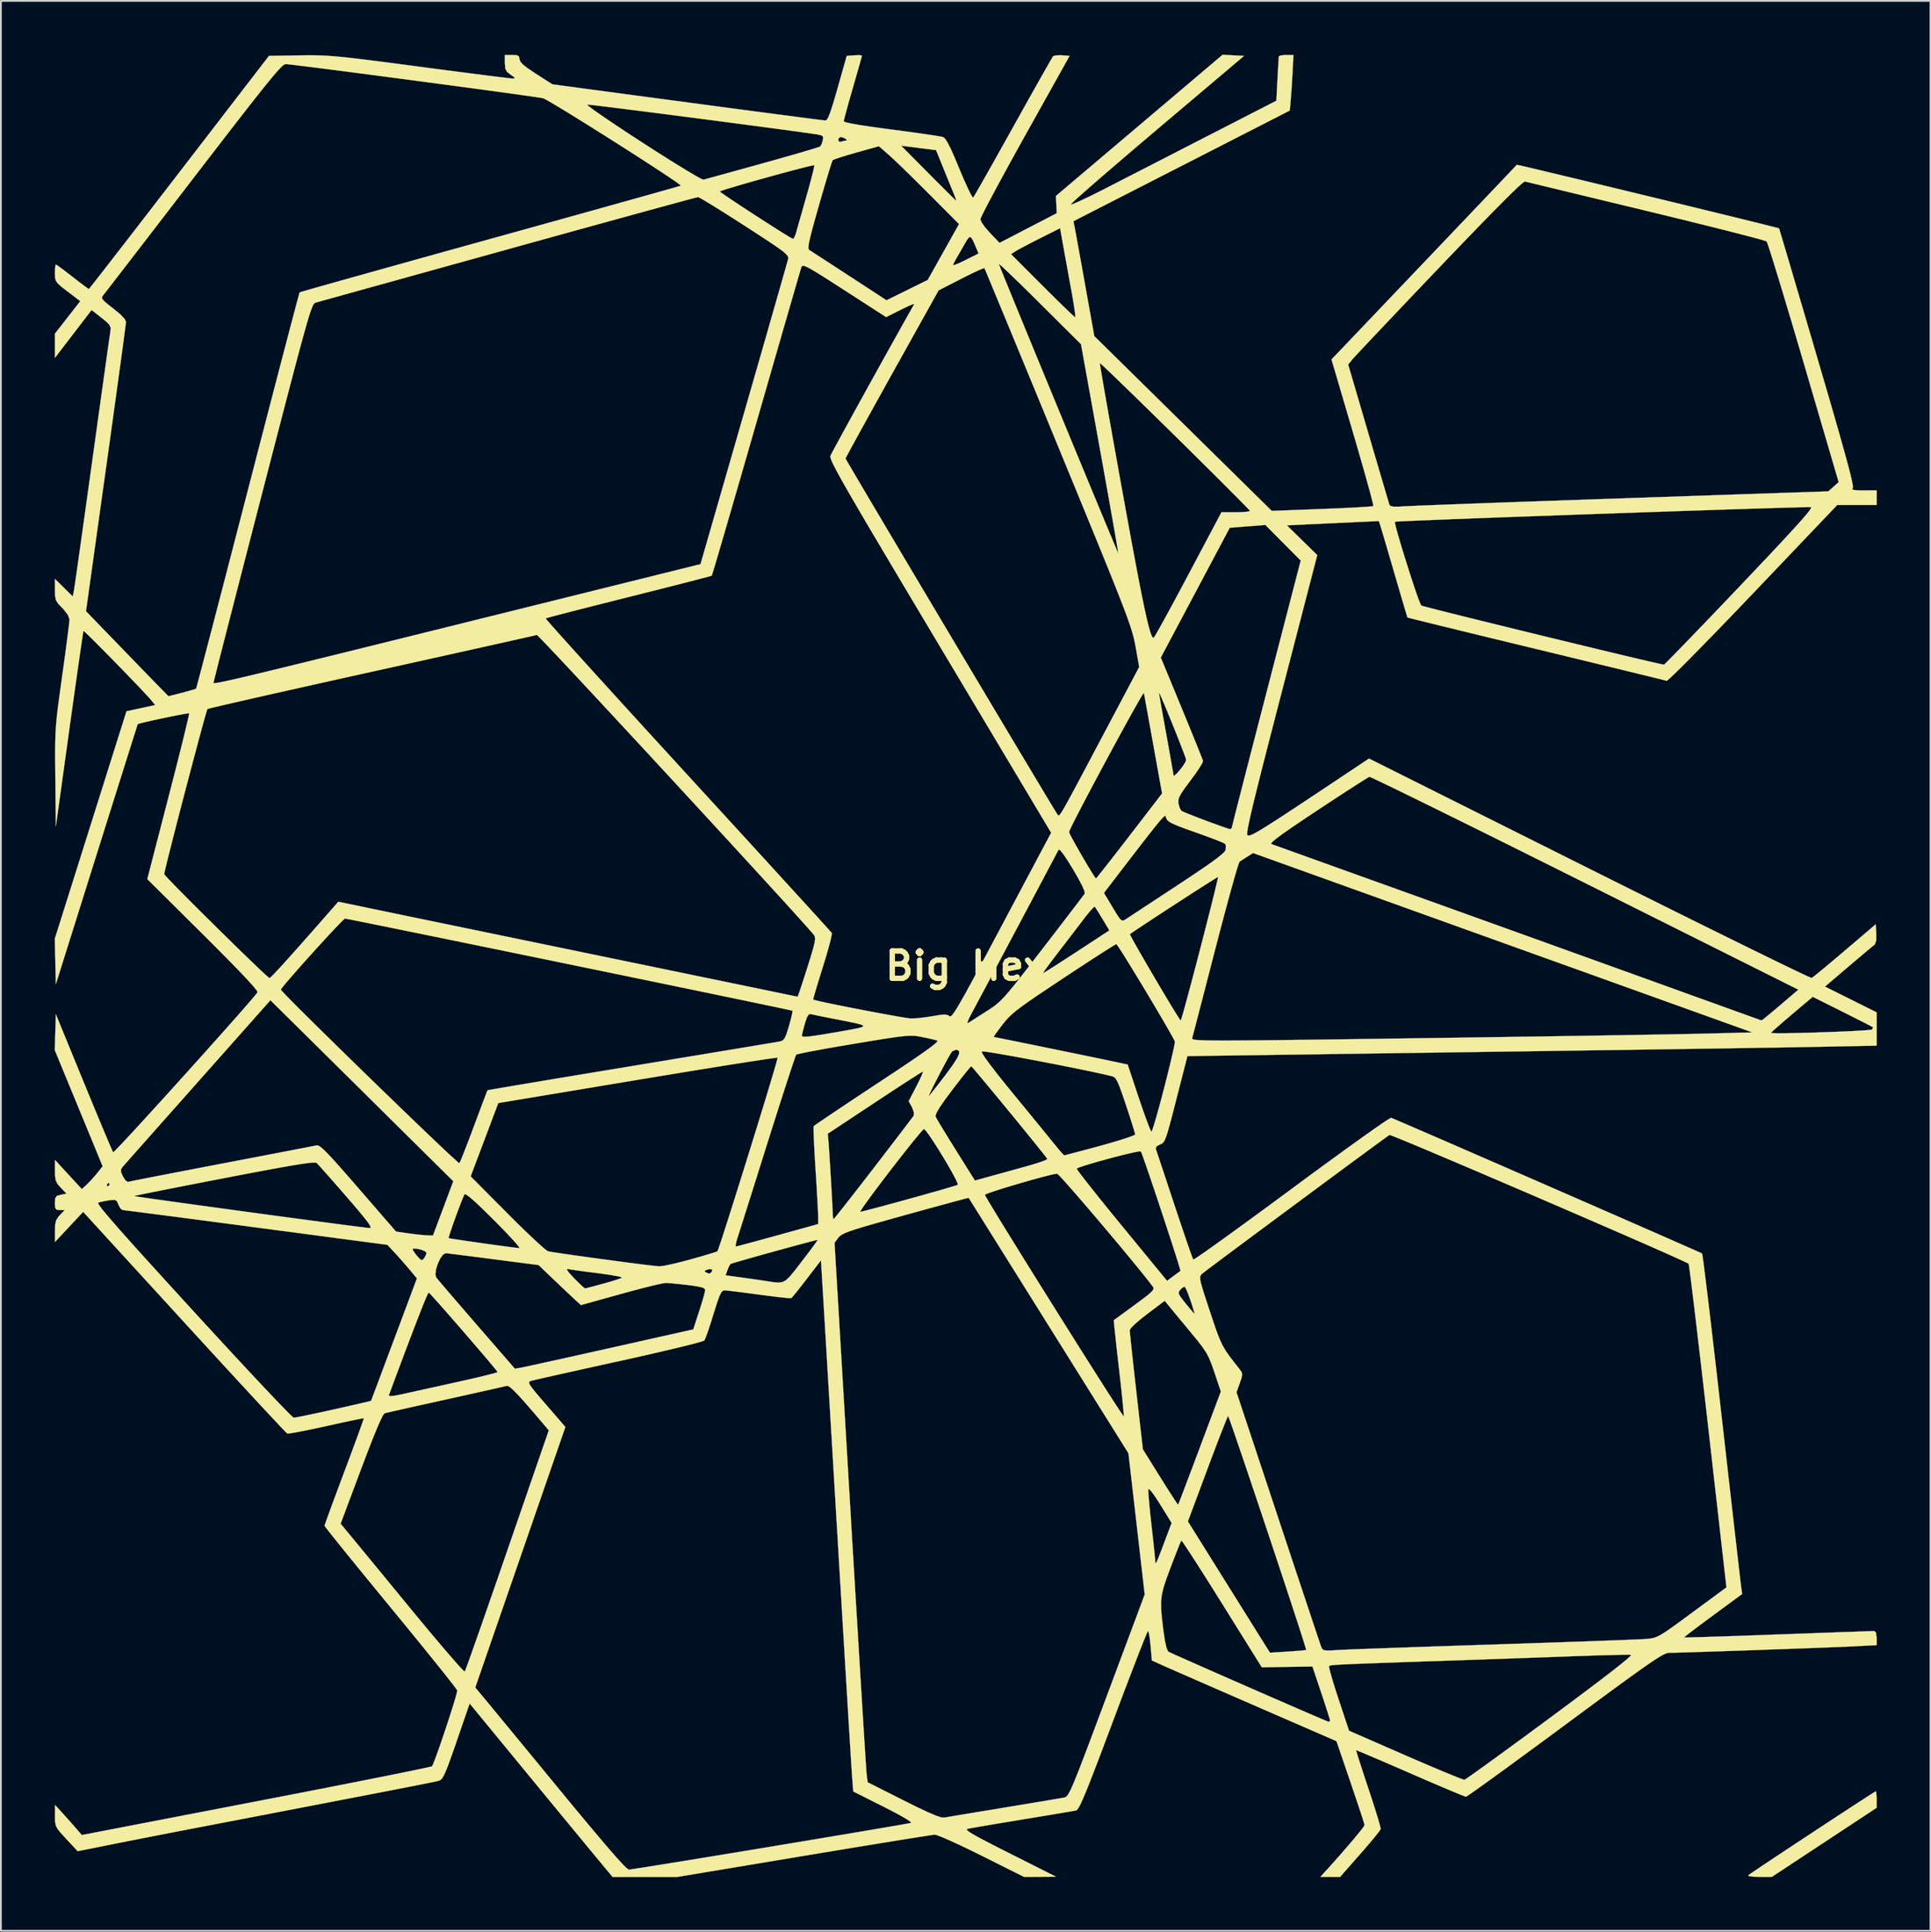
<source format=kicad_pcb>
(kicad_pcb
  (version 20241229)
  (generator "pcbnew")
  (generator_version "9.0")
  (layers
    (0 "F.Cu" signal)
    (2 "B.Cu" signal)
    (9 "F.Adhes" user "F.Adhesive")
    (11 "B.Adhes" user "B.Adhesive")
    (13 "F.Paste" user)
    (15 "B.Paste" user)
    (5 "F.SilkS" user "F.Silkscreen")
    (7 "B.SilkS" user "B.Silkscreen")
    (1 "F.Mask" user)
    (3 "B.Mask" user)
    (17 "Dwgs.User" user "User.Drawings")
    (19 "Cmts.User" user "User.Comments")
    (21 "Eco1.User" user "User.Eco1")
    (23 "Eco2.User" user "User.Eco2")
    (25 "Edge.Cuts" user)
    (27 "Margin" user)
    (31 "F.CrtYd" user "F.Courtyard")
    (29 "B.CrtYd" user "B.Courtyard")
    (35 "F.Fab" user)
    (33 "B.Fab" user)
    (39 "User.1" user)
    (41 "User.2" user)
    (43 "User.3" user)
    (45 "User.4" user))
  (footprint "Big Hex"
    (layer "F.Cu")
    (at 50.813 50.815)
    (property "Reference" "Big Hex" (at 0 0 0) (layer "F.SilkS") (effects (font (size 1.524 1.524) (thickness 0.3))))
    (attr through_hole)
    (fp_poly (pts (xy 50.782 46.116) (xy 50.798 46.346) (xy 50.8 46.485) (xy 50.8 46.946) (xy 44.958 50.797) (xy 44.252 50.798) (xy 43.894 50.788) (xy 43.681 50.756) (xy 43.642 50.709) (xy 43.747 50.633) (xy 43.999 50.462) (xy 44.374 50.21) (xy 44.852 49.891) (xy 45.411 49.52) (xy 46.03 49.11) (xy 46.687 48.676) (xy 47.36 48.233) (xy 48.028 47.793) (xy 48.669 47.373) (xy 49.262 46.985) (xy 49.785 46.644) (xy 50.217 46.364) (xy 50.535 46.16) (xy 50.719 46.045) (xy 50.755 46.025) (xy 50.782 46.116)) (stroke (width 0.01) (type solid)) (fill yes) (layer "F.SilkS"))
    (fp_poly (pts (xy 14.922 -50.779) (xy 15.521 -50.749) (xy 10.662 -46.64) (xy 9.81 -45.918) (xy 9.007 -45.234) (xy 8.266 -44.599) (xy 7.6 -44.026) (xy 7.022 -43.524) (xy 6.545 -43.105) (xy 6.182 -42.781) (xy 5.946 -42.563) (xy 5.85 -42.462) (xy 5.849 -42.457) (xy 5.949 -42.479) (xy 6.201 -42.583) (xy 6.58 -42.757) (xy 7.057 -42.987) (xy 7.606 -43.261) (xy 7.799 -43.36) (xy 8.325 -43.63) (xy 8.999 -43.976) (xy 9.787 -44.38) (xy 10.656 -44.826) (xy 11.572 -45.296) (xy 12.502 -45.774) (xy 13.413 -46.242) (xy 13.513 -46.293) (xy 17.323 -48.249) (xy 17.385 -49.449) (xy 17.411 -49.924) (xy 17.434 -50.324) (xy 17.452 -50.605) (xy 17.461 -50.724) (xy 17.561 -50.772) (xy 17.792 -50.798) (xy 17.875 -50.8) (xy 18.275 -50.8) (xy 18.227 -49.86) (xy 18.198 -49.351) (xy 18.165 -48.834) (xy 18.132 -48.401) (xy 18.125 -48.311) (xy 18.071 -47.701) (xy 12.038 -44.615) (xy 6.005 -41.529) (xy 6.068 -41.211) (xy 6.103 -41.031) (xy 6.167 -40.68) (xy 6.257 -40.186) (xy 6.368 -39.578) (xy 6.493 -38.885) (xy 6.628 -38.135) (xy 6.65 -38.008) (xy 7.168 -35.122) (xy 17.067 -25.375) (xy 19.872 -25.482) (xy 20.606 -25.512) (xy 21.273 -25.542) (xy 21.845 -25.572) (xy 22.296 -25.6) (xy 22.6 -25.624) (xy 22.73 -25.643) (xy 22.732 -25.644) (xy 22.716 -25.751) (xy 22.648 -26.031) (xy 22.533 -26.465) (xy 22.377 -27.032) (xy 22.186 -27.711) (xy 21.965 -28.483) (xy 21.72 -29.326) (xy 21.593 -29.76) (xy 20.481 -33.537) (xy 21.328 -33.537) (xy 22.454 -29.697) (xy 22.704 -28.846) (xy 22.937 -28.054) (xy 23.146 -27.342) (xy 23.326 -26.732) (xy 23.47 -26.245) (xy 23.572 -25.904) (xy 23.624 -25.731) (xy 23.629 -25.716) (xy 23.694 -25.648) (xy 23.855 -25.614) (xy 24.147 -25.612) (xy 24.564 -25.635) (xy 24.784 -25.646) (xy 25.192 -25.664) (xy 25.775 -25.687) (xy 26.518 -25.716) (xy 27.407 -25.749) (xy 28.428 -25.787) (xy 29.567 -25.828) (xy 30.809 -25.873) (xy 32.14 -25.92) (xy 33.546 -25.969) (xy 35.013 -26.02) (xy 36.526 -26.071) (xy 36.779 -26.08) (xy 48.108 -26.465) (xy 48.396 -26.722) (xy 48.684 -26.979) (xy 46.732 -33.632) (xy 46.401 -34.755) (xy 46.085 -35.823) (xy 45.787 -36.817) (xy 45.515 -37.724) (xy 45.271 -38.525) (xy 45.061 -39.205) (xy 44.891 -39.748) (xy 44.764 -40.138) (xy 44.686 -40.358) (xy 44.666 -40.401) (xy 44.55 -40.445) (xy 44.253 -40.531) (xy 43.791 -40.655) (xy 43.182 -40.814) (xy 42.441 -41.004) (xy 41.585 -41.219) (xy 40.631 -41.456) (xy 39.595 -41.711) (xy 38.494 -41.979) (xy 37.948 -42.111) (xy 36.82 -42.383) (xy 35.749 -42.641) (xy 34.75 -42.883) (xy 33.841 -43.102) (xy 33.038 -43.297) (xy 32.358 -43.461) (xy 31.817 -43.592) (xy 31.433 -43.686) (xy 31.221 -43.738) (xy 31.186 -43.747) (xy 31.08 -43.683) (xy 30.837 -43.47) (xy 30.46 -43.11) (xy 29.948 -42.603) (xy 29.304 -41.951) (xy 28.529 -41.156) (xy 27.624 -40.218) (xy 26.589 -39.138) (xy 26.411 -38.951) (xy 25.612 -38.114) (xy 24.85 -37.313) (xy 24.137 -36.563) (xy 23.486 -35.876) (xy 22.908 -35.266) (xy 22.417 -34.746) (xy 22.025 -34.328) (xy 21.743 -34.026) (xy 21.585 -33.853) (xy 21.561 -33.825) (xy 21.328 -33.537) (xy 20.481 -33.537) (xy 20.398 -33.82) (xy 25.559 -39.236) (xy 26.397 -40.115) (xy 27.192 -40.95) (xy 27.935 -41.73) (xy 28.613 -42.443) (xy 29.217 -43.078) (xy 29.736 -43.623) (xy 30.157 -44.067) (xy 30.471 -44.398) (xy 30.667 -44.604) (xy 30.732 -44.675) (xy 30.83 -44.656) (xy 31.107 -44.593) (xy 31.543 -44.491) (xy 32.12 -44.354) (xy 32.82 -44.187) (xy 33.623 -43.995) (xy 34.512 -43.781) (xy 35.466 -43.551) (xy 36.468 -43.309) (xy 37.498 -43.06) (xy 38.538 -42.808) (xy 39.57 -42.558) (xy 40.573 -42.313) (xy 41.531 -42.08) (xy 42.423 -41.862) (xy 43.231 -41.664) (xy 43.936 -41.49) (xy 44.521 -41.345) (xy 44.965 -41.234) (xy 45.25 -41.161) (xy 45.357 -41.13) (xy 45.358 -41.13) (xy 45.389 -41.029) (xy 45.474 -40.749) (xy 45.606 -40.305) (xy 45.783 -39.712) (xy 45.998 -38.985) (xy 46.247 -38.139) (xy 46.527 -37.191) (xy 46.832 -36.155) (xy 47.158 -35.047) (xy 47.481 -33.945) (xy 47.9 -32.515) (xy 48.263 -31.269) (xy 48.572 -30.198) (xy 48.83 -29.289) (xy 49.041 -28.535) (xy 49.207 -27.923) (xy 49.331 -27.444) (xy 49.415 -27.087) (xy 49.463 -26.843) (xy 49.477 -26.701) (xy 49.467 -26.655) (xy 49.44 -26.583) (xy 49.527 -26.541) (xy 49.761 -26.521) (xy 50.076 -26.518) (xy 50.8 -26.518) (xy 50.8 -25.705) (xy 48.604 -25.705) (xy 43.911 -20.78) (xy 43.111 -19.944) (xy 42.351 -19.154) (xy 41.642 -18.421) (xy 40.995 -17.759) (xy 40.424 -17.178) (xy 39.938 -16.692) (xy 39.551 -16.311) (xy 39.274 -16.048) (xy 39.119 -15.915) (xy 39.091 -15.9) (xy 38.973 -15.931) (xy 38.674 -16.006) (xy 38.21 -16.12) (xy 37.595 -16.27) (xy 36.847 -16.453) (xy 35.98 -16.664) (xy 35.012 -16.899) (xy 33.957 -17.155) (xy 32.832 -17.428) (xy 31.809 -17.675) (xy 30.64 -17.958) (xy 29.529 -18.228) (xy 28.492 -18.48) (xy 27.546 -18.71) (xy 26.706 -18.916) (xy 25.987 -19.092) (xy 25.405 -19.236) (xy 24.975 -19.342) (xy 24.714 -19.409) (xy 24.635 -19.431) (xy 24.603 -19.531) (xy 24.522 -19.8) (xy 24.4 -20.21) (xy 24.246 -20.733) (xy 24.067 -21.343) (xy 23.936 -21.793) (xy 23.739 -22.469) (xy 23.555 -23.098) (xy 23.394 -23.647) (xy 23.265 -24.083) (xy 23.177 -24.376) (xy 23.149 -24.469) (xy 23.053 -24.771) (xy 23.933 -24.771) (xy 23.945 -24.656) (xy 24.012 -24.381) (xy 24.124 -23.979) (xy 24.269 -23.484) (xy 24.438 -22.928) (xy 24.621 -22.344) (xy 24.806 -21.765) (xy 24.983 -21.225) (xy 25.143 -20.755) (xy 25.274 -20.389) (xy 25.367 -20.16) (xy 25.404 -20.098) (xy 25.524 -20.061) (xy 25.821 -19.982) (xy 26.275 -19.865) (xy 26.867 -19.715) (xy 27.576 -19.538) (xy 28.383 -19.337) (xy 29.269 -19.119) (xy 30.213 -18.887) (xy 31.197 -18.646) (xy 32.199 -18.401) (xy 33.201 -18.158) (xy 34.183 -17.92) (xy 35.124 -17.692) (xy 36.006 -17.48) (xy 36.809 -17.289) (xy 37.513 -17.122) (xy 38.097 -16.985) (xy 38.544 -16.883) (xy 38.832 -16.82) (xy 38.942 -16.801) (xy 39.024 -16.875) (xy 39.234 -17.084) (xy 39.559 -17.415) (xy 39.986 -17.855) (xy 40.504 -18.39) (xy 41.099 -19.009) (xy 41.759 -19.697) (xy 42.471 -20.443) (xy 43.178 -21.185) (xy 44.095 -22.15) (xy 44.877 -22.978) (xy 45.53 -23.676) (xy 46.063 -24.252) (xy 46.482 -24.714) (xy 46.793 -25.069) (xy 47.005 -25.325) (xy 47.123 -25.49) (xy 47.155 -25.572) (xy 47.142 -25.584) (xy 47.013 -25.586) (xy 46.699 -25.58) (xy 46.214 -25.568) (xy 45.575 -25.55) (xy 44.798 -25.527) (xy 43.896 -25.499) (xy 42.888 -25.467) (xy 41.787 -25.431) (xy 40.609 -25.392) (xy 39.37 -25.35) (xy 38.086 -25.306) (xy 36.772 -25.261) (xy 35.443 -25.215) (xy 34.115 -25.168) (xy 32.804 -25.121) (xy 31.526 -25.075) (xy 30.295 -25.031) (xy 29.127 -24.988) (xy 28.038 -24.947) (xy 27.044 -24.909) (xy 26.16 -24.874) (xy 25.401 -24.844) (xy 24.783 -24.817) (xy 24.322 -24.796) (xy 24.034 -24.781) (xy 23.933 -24.771) (xy 23.053 -24.771) (xy 23.042 -24.808) (xy 21.706 -24.746) (xy 21.048 -24.716) (xy 20.312 -24.682) (xy 19.601 -24.648) (xy 19.14 -24.627) (xy 17.91 -24.568) (xy 18.757 -23.74) (xy 19.603 -22.911) (xy 17.587 -15.138) (xy 17.209 -13.681) (xy 16.881 -12.408) (xy 16.599 -11.308) (xy 16.361 -10.369) (xy 16.165 -9.581) (xy 16.006 -8.931) (xy 15.884 -8.408) (xy 15.794 -8.001) (xy 15.733 -7.696) (xy 15.701 -7.484) (xy 15.692 -7.353) (xy 15.706 -7.29) (xy 15.713 -7.283) (xy 15.772 -7.269) (xy 15.864 -7.285) (xy 16.004 -7.342) (xy 16.206 -7.447) (xy 16.484 -7.609) (xy 16.851 -7.837) (xy 17.323 -8.139) (xy 17.914 -8.524) (xy 18.636 -9) (xy 19.505 -9.577) (xy 20.059 -9.945) (xy 22.49 -11.564) (xy 34.778 -5.42) (xy 36.258 -4.681) (xy 37.689 -3.968) (xy 39.06 -3.286) (xy 40.361 -2.64) (xy 41.581 -2.037) (xy 42.709 -1.48) (xy 43.735 -0.976) (xy 44.648 -0.529) (xy 45.437 -0.144) (xy 46.093 0.173) (xy 46.604 0.416) (xy 46.96 0.582) (xy 47.15 0.664) (xy 47.18 0.673) (xy 47.288 0.594) (xy 47.526 0.403) (xy 47.871 0.119) (xy 48.299 -0.238) (xy 48.786 -0.649) (xy 49.022 -0.85) (xy 50.749 -2.321) (xy 50.781 -1.798) (xy 50.776 -1.418) (xy 50.704 -1.205) (xy 50.669 -1.171) (xy 50.546 -1.073) (xy 50.298 -0.867) (xy 49.954 -0.577) (xy 49.542 -0.229) (xy 49.223 0.043) (xy 47.92 1.152) (xy 49.36 1.87) (xy 50.8 2.588) (xy 50.8 3.517) (xy 50.8 4.446) (xy 47.473 4.511) (xy 46.905 4.522) (xy 46.152 4.535) (xy 45.234 4.55) (xy 44.17 4.567) (xy 42.978 4.586) (xy 41.677 4.607) (xy 40.286 4.628) (xy 38.823 4.65) (xy 37.309 4.673) (xy 35.761 4.695) (xy 34.199 4.718) (xy 33.122 4.733) (xy 31.518 4.756) (xy 29.887 4.779) (xy 28.251 4.803) (xy 26.631 4.826) (xy 25.049 4.848) (xy 23.528 4.87) (xy 22.09 4.89) (xy 20.756 4.909) (xy 19.548 4.927) (xy 18.488 4.942) (xy 17.599 4.954) (xy 17.23 4.96) (xy 12.362 5.029) (xy 11.743 7.441) (xy 11.55 8.192) (xy 11.398 8.769) (xy 11.279 9.198) (xy 11.183 9.501) (xy 11.102 9.704) (xy 11.028 9.829) (xy 10.952 9.901) (xy 10.865 9.943) (xy 10.834 9.954) (xy 10.639 10.064) (xy 10.591 10.184) (xy 10.634 10.309) (xy 10.732 10.603) (xy 10.878 11.04) (xy 11.063 11.597) (xy 11.279 12.249) (xy 11.519 12.971) (xy 11.631 13.31) (xy 11.878 14.052) (xy 12.107 14.732) (xy 12.309 15.326) (xy 12.476 15.809) (xy 12.601 16.158) (xy 12.673 16.348) (xy 12.687 16.376) (xy 12.778 16.329) (xy 13.017 16.171) (xy 13.393 15.91) (xy 13.89 15.558) (xy 14.497 15.123) (xy 15.198 14.615) (xy 15.981 14.045) (xy 16.832 13.422) (xy 17.737 12.755) (xy 18.173 12.433) (xy 19.1 11.748) (xy 19.982 11.102) (xy 20.803 10.504) (xy 21.55 9.964) (xy 22.21 9.492) (xy 22.768 9.098) (xy 23.212 8.79) (xy 23.526 8.581) (xy 23.697 8.478) (xy 23.724 8.47) (xy 23.882 8.535) (xy 24.205 8.673) (xy 24.678 8.876) (xy 25.283 9.138) (xy 26.007 9.451) (xy 26.832 9.809) (xy 27.742 10.205) (xy 28.723 10.632) (xy 29.758 11.082) (xy 30.831 11.55) (xy 31.927 12.028) (xy 33.029 12.509) (xy 34.122 12.986) (xy 35.19 13.453) (xy 36.217 13.902) (xy 37.188 14.327) (xy 38.085 14.72) (xy 38.895 15.075) (xy 39.6 15.385) (xy 40.185 15.643) (xy 40.634 15.841) (xy 40.931 15.974) (xy 41.06 16.034) (xy 41.065 16.037) (xy 41.086 16.145) (xy 41.128 16.441) (xy 41.189 16.911) (xy 41.268 17.539) (xy 41.362 18.311) (xy 41.471 19.213) (xy 41.591 20.23) (xy 41.722 21.348) (xy 41.862 22.553) (xy 42.008 23.83) (xy 42.158 25.146) (xy 42.311 26.489) (xy 42.458 27.782) (xy 42.597 29.008) (xy 42.728 30.152) (xy 42.847 31.2) (xy 42.955 32.136) (xy 43.048 32.946) (xy 43.125 33.613) (xy 43.184 34.122) (xy 43.224 34.46) (xy 43.242 34.606) (xy 43.3 35.023) (xy 41.667 36.225) (xy 41.172 36.591) (xy 40.739 36.915) (xy 40.393 37.177) (xy 40.158 37.36) (xy 40.059 37.445) (xy 40.058 37.449) (xy 40.161 37.45) (xy 40.448 37.443) (xy 40.9 37.431) (xy 41.498 37.412) (xy 42.222 37.389) (xy 43.055 37.361) (xy 43.976 37.329) (xy 44.967 37.293) (xy 45.314 37.281) (xy 46.328 37.244) (xy 47.282 37.209) (xy 48.157 37.177) (xy 48.933 37.149) (xy 49.59 37.126) (xy 50.109 37.107) (xy 50.471 37.094) (xy 50.655 37.088) (xy 50.673 37.087) (xy 50.763 37.179) (xy 50.8 37.444) (xy 50.8 37.48) (xy 50.8 37.876) (xy 49.555 37.941) (xy 49.205 37.957) (xy 48.696 37.979) (xy 48.053 38.004) (xy 47.302 38.033) (xy 46.468 38.064) (xy 45.578 38.096) (xy 44.657 38.129) (xy 43.73 38.162) (xy 42.824 38.193) (xy 41.963 38.222) (xy 41.175 38.248) (xy 40.483 38.27) (xy 39.914 38.287) (xy 39.494 38.299) (xy 39.249 38.303) (xy 39.232 38.303) (xy 39.144 38.313) (xy 39.032 38.349) (xy 38.883 38.418) (xy 38.686 38.53) (xy 38.429 38.693) (xy 38.099 38.915) (xy 37.685 39.204) (xy 37.173 39.57) (xy 36.553 40.019) (xy 35.811 40.562) (xy 34.936 41.206) (xy 33.916 41.959) (xy 33.433 42.316) (xy 32.505 43.002) (xy 31.624 43.65) (xy 30.803 44.251) (xy 30.057 44.796) (xy 29.399 45.273) (xy 28.843 45.674) (xy 28.402 45.989) (xy 28.091 46.206) (xy 27.923 46.317) (xy 27.897 46.329) (xy 27.781 46.29) (xy 27.501 46.178) (xy 27.081 46.004) (xy 26.545 45.777) (xy 25.914 45.508) (xy 25.213 45.205) (xy 24.79 45.021) (xy 24.063 44.704) (xy 23.399 44.417) (xy 22.818 44.168) (xy 22.344 43.966) (xy 21.999 43.821) (xy 21.804 43.744) (xy 21.769 43.733) (xy 21.793 43.83) (xy 21.873 44.093) (xy 22 44.492) (xy 22.166 45.001) (xy 22.361 45.591) (xy 22.457 45.879) (xy 22.663 46.505) (xy 22.843 47.069) (xy 22.989 47.542) (xy 23.09 47.895) (xy 23.139 48.098) (xy 23.141 48.131) (xy 23.068 48.246) (xy 22.882 48.485) (xy 22.607 48.818) (xy 22.265 49.219) (xy 21.996 49.527) (xy 20.879 50.798) (xy 20.328 50.799) (xy 19.777 50.8) (xy 19.985 50.571) (xy 20.458 50.048) (xy 20.914 49.534) (xy 21.332 49.052) (xy 21.694 48.626) (xy 21.979 48.279) (xy 22.169 48.034) (xy 22.243 47.914) (xy 22.243 47.91) (xy 22.209 47.787) (xy 22.119 47.5) (xy 21.981 47.077) (xy 21.804 46.546) (xy 21.598 45.936) (xy 21.456 45.517) (xy 20.676 43.231) (xy 16.307 41.331) (xy 15.39 40.932) (xy 14.505 40.546) (xy 13.674 40.184) (xy 12.92 39.854) (xy 12.265 39.568) (xy 11.733 39.335) (xy 11.347 39.165) (xy 11.159 39.081) (xy 10.379 38.731) (xy 10.307 37.908) (xy 10.266 37.528) (xy 10.22 37.241) (xy 10.176 37.094) (xy 10.165 37.084) (xy 10.117 37.176) (xy 10.005 37.441) (xy 9.835 37.862) (xy 9.616 38.42) (xy 9.354 39.098) (xy 9.055 39.878) (xy 8.726 40.743) (xy 8.375 41.675) (xy 8.229 42.065) (xy 7.805 43.194) (xy 7.445 44.145) (xy 7.143 44.935) (xy 6.893 45.575) (xy 6.69 46.081) (xy 6.526 46.467) (xy 6.398 46.747) (xy 6.298 46.935) (xy 6.221 47.045) (xy 6.162 47.092) (xy 6.153 47.094) (xy 6.001 47.122) (xy 5.676 47.179) (xy 5.206 47.258) (xy 4.62 47.357) (xy 3.946 47.468) (xy 3.211 47.589) (xy 3.15 47.6) (xy 2.408 47.722) (xy 1.723 47.836) (xy 1.121 47.938) (xy 0.632 48.022) (xy 0.285 48.083) (xy 0.107 48.117) (xy 0.102 48.118) (xy 0.054 48.15) (xy 0.09 48.212) (xy 0.225 48.314) (xy 0.473 48.463) (xy 0.851 48.67) (xy 1.373 48.943) (xy 2.056 49.291) (xy 2.438 49.484) (xy 5.029 50.789) (xy 4.139 50.795) (xy 3.25 50.8) (xy 0.888 49.618) (xy 0.239 49.298) (xy -0.361 49.011) (xy -0.886 48.771) (xy -1.308 48.588) (xy -1.6 48.475) (xy -1.727 48.444) (xy -1.868 48.461) (xy -2.192 48.51) (xy -2.683 48.587) (xy -3.324 48.689) (xy -4.099 48.814) (xy -4.99 48.959) (xy -5.98 49.121) (xy -7.054 49.298) (xy -8.194 49.487) (xy -9.029 49.626) (xy -16.077 50.8) (xy -19.701 50.8) (xy -20.649 49.657) (xy -20.914 49.337) (xy -21.29 48.882) (xy -21.758 48.315) (xy -22.3 47.658) (xy -22.897 46.934) (xy -23.531 46.164) (xy -24.183 45.371) (xy -24.634 44.822) (xy -27.67 41.131) (xy -28.397 43.242) (xy -28.641 43.943) (xy -28.833 44.475) (xy -28.982 44.861) (xy -29.101 45.127) (xy -29.199 45.294) (xy -29.287 45.389) (xy -29.371 45.431) (xy -29.431 45.447) (xy -29.54 45.473) (xy -29.708 45.509) (xy -29.944 45.557) (xy -30.259 45.621) (xy -30.66 45.7) (xy -31.158 45.798) (xy -31.763 45.916) (xy -32.483 46.056) (xy -33.329 46.22) (xy -34.309 46.409) (xy -35.434 46.626) (xy -36.712 46.872) (xy -38.153 47.149) (xy -39.766 47.46) (xy -41.562 47.805) (xy -43.231 48.125) (xy -44.061 48.285) (xy -44.964 48.461) (xy -45.875 48.639) (xy -46.731 48.807) (xy -47.465 48.953) (xy -47.6 48.98) (xy -49.53 49.366) (xy -50.164 48.686) (xy -50.462 48.362) (xy -50.648 48.132) (xy -50.748 47.943) (xy -50.789 47.741) (xy -50.797 47.472) (xy -50.796 47.396) (xy -50.795 46.787) (xy -50.467 47.144) (xy -50.212 47.426) (xy -49.907 47.769) (xy -49.719 47.983) (xy -49.299 48.466) (xy -39.569 46.589) (xy -38.192 46.323) (xy -36.872 46.067) (xy -35.622 45.823) (xy -34.457 45.594) (xy -33.388 45.382) (xy -32.431 45.192) (xy -31.599 45.024) (xy -30.906 44.883) (xy -30.365 44.77) (xy -29.99 44.689) (xy -29.794 44.642) (xy -29.768 44.632) (xy -29.702 44.499) (xy -29.589 44.209) (xy -29.44 43.799) (xy -29.266 43.303) (xy -29.081 42.756) (xy -28.895 42.195) (xy -28.719 41.654) (xy -28.567 41.168) (xy -28.449 40.773) (xy -28.378 40.504) (xy -28.362 40.401) (xy -28.432 40.295) (xy -28.474 40.239) (xy -27.357 40.239) (xy -26.956 40.719) (xy -26.818 40.885) (xy -26.564 41.192) (xy -26.207 41.625) (xy -25.76 42.168) (xy -25.235 42.804) (xy -24.646 43.519) (xy -24.006 44.297) (xy -23.327 45.122) (xy -22.773 45.796) (xy -21.887 46.871) (xy -21.122 47.791) (xy -20.473 48.563) (xy -19.937 49.192) (xy -19.509 49.683) (xy -19.183 50.042) (xy -18.955 50.273) (xy -18.821 50.383) (xy -18.79 50.394) (xy -18.66 50.377) (xy -18.345 50.33) (xy -17.862 50.255) (xy -17.225 50.153) (xy -16.452 50.029) (xy -15.557 49.884) (xy -14.557 49.721) (xy -13.467 49.542) (xy -12.304 49.351) (xy -11.083 49.149) (xy -10.895 49.117) (xy -9.668 48.913) (xy -8.497 48.718) (xy -7.399 48.534) (xy -6.389 48.365) (xy -5.482 48.211) (xy -4.695 48.078) (xy -4.043 47.966) (xy -3.541 47.879) (xy -3.207 47.819) (xy -3.054 47.789) (xy -3.048 47.787) (xy -3.082 47.727) (xy -3.28 47.591) (xy -3.621 47.391) (xy -4.087 47.14) (xy -4.585 46.885) (xy -6.274 46.036) (xy -6.34 45.192) (xy -6.354 44.988) (xy -6.379 44.595) (xy -6.415 44.023) (xy -6.461 43.287) (xy -6.515 42.4) (xy -6.578 41.373) (xy -6.648 40.22) (xy -6.725 38.954) (xy -6.807 37.587) (xy -6.895 36.132) (xy -6.987 34.602) (xy -7.082 33.009) (xy -7.18 31.366) (xy -7.212 30.836) (xy -7.31 29.188) (xy -7.405 27.592) (xy -7.497 26.058) (xy -7.584 24.601) (xy -7.666 23.231) (xy -7.742 21.96) (xy -7.811 20.803) (xy -7.873 19.77) (xy -7.927 18.874) (xy -7.972 18.127) (xy -8.007 17.541) (xy -8.032 17.13) (xy -8.045 16.904) (xy -8.048 16.871) (xy -8.077 16.419) (xy -8.867 17.45) (xy -9.17 17.843) (xy -9.432 18.173) (xy -9.626 18.41) (xy -9.726 18.521) (xy -9.731 18.524) (xy -9.851 18.525) (xy -10.138 18.5) (xy -10.557 18.453) (xy -11.075 18.389) (xy -11.532 18.328) (xy -12.114 18.25) (xy -12.638 18.182) (xy -13.064 18.129) (xy -13.355 18.097) (xy -13.462 18.088) (xy -13.553 18.113) (xy -13.639 18.21) (xy -13.735 18.406) (xy -13.854 18.731) (xy -14.008 19.213) (xy -14.072 19.419) (xy -14.228 19.918) (xy -14.372 20.352) (xy -14.49 20.681) (xy -14.568 20.866) (xy -14.58 20.885) (xy -14.697 20.933) (xy -14.993 21.019) (xy -15.449 21.138) (xy -16.045 21.285) (xy -16.761 21.455) (xy -17.578 21.645) (xy -18.475 21.848) (xy -19.355 22.043) (xy -20.307 22.252) (xy -21.203 22.45) (xy -22.023 22.632) (xy -22.747 22.794) (xy -23.353 22.93) (xy -23.821 23.037) (xy -24.131 23.11) (xy -24.258 23.142) (xy -24.335 23.179) (xy -24.359 23.242) (xy -24.315 23.354) (xy -24.188 23.538) (xy -23.963 23.816) (xy -23.626 24.212) (xy -23.409 24.463) (xy -22.331 25.71) (xy -24.844 32.975) (xy -27.357 40.239) (xy -28.474 40.239) (xy -28.619 40.047) (xy -28.913 39.672) (xy -29.301 39.184) (xy -29.773 38.598) (xy -30.315 37.927) (xy -30.918 37.187) (xy -31.568 36.393) (xy -32.08 35.77) (xy -32.757 34.946) (xy -33.394 34.169) (xy -33.979 33.452) (xy -34.501 32.81) (xy -34.948 32.258) (xy -35.308 31.808) (xy -35.571 31.476) (xy -35.725 31.275) (xy -35.762 31.219) (xy -35.727 31.108) (xy -35.726 31.106) (xy -34.867 31.106) (xy -34.472 31.58) (xy -34.327 31.756) (xy -34.067 32.07) (xy -33.709 32.505) (xy -33.266 33.043) (xy -32.754 33.665) (xy -32.187 34.355) (xy -31.581 35.093) (xy -31.045 35.744) (xy -30.433 36.487) (xy -29.858 37.176) (xy -29.336 37.796) (xy -28.877 38.334) (xy -28.495 38.773) (xy -28.204 39.099) (xy -28.015 39.296) (xy -27.943 39.351) (xy -27.898 39.244) (xy -27.793 38.96) (xy -27.633 38.515) (xy -27.424 37.925) (xy -27.17 37.205) (xy -26.878 36.372) (xy -26.554 35.441) (xy -26.201 34.427) (xy -25.827 33.346) (xy -25.563 32.584) (xy -23.256 25.899) (xy -23.49 25.622) (xy -24.077 24.931) (xy -24.55 24.386) (xy -24.92 23.975) (xy -25.199 23.686) (xy -25.399 23.505) (xy -25.531 23.421) (xy -25.594 23.414) (xy -25.73 23.447) (xy -26.039 23.518) (xy -26.497 23.622) (xy -27.079 23.752) (xy -27.76 23.904) (xy -28.516 24.072) (xy -29.007 24.181) (xy -29.796 24.356) (xy -30.527 24.518) (xy -31.172 24.662) (xy -31.709 24.783) (xy -32.113 24.875) (xy -32.357 24.932) (xy -32.418 24.948) (xy -32.504 25.059) (xy -32.652 25.358) (xy -32.86 25.837) (xy -33.125 26.491) (xy -33.444 27.314) (xy -33.723 28.051) (xy -34.867 31.106) (xy -35.726 31.106) (xy -35.629 30.83) (xy -35.477 30.41) (xy -35.279 29.87) (xy -35.043 29.236) (xy -34.779 28.529) (xy -34.654 28.194) (xy -34.381 27.466) (xy -34.135 26.802) (xy -33.922 26.225) (xy -33.753 25.757) (xy -33.634 25.423) (xy -33.575 25.246) (xy -33.571 25.223) (xy -33.673 25.236) (xy -33.943 25.289) (xy -34.352 25.373) (xy -34.872 25.485) (xy -35.471 25.617) (xy -35.661 25.659) (xy -36.285 25.795) (xy -36.845 25.911) (xy -37.308 26.001) (xy -37.644 26.059) (xy -37.823 26.079) (xy -37.84 26.077) (xy -37.924 25.997) (xy -38.135 25.778) (xy -38.462 25.431) (xy -38.895 24.968) (xy -39.424 24.4) (xy -40.037 23.737) (xy -40.726 22.992) (xy -41.478 22.174) (xy -42.285 21.296) (xy -43.135 20.369) (xy -43.589 19.873) (xy -49.225 13.713) (xy -50.01 14.553) (xy -50.795 15.392) (xy -50.798 14.788) (xy -50.785 14.421) (xy -50.729 14.179) (xy -50.604 13.985) (xy -50.527 13.899) (xy -50.254 13.614) (xy -50.527 13.614) (xy -50.704 13.594) (xy -50.782 13.494) (xy -50.8 13.256) (xy -50.8 13.242) (xy -48.388 13.242) (xy -48.326 13.351) (xy -48.191 13.535) (xy -47.976 13.801) (xy -47.674 14.156) (xy -47.279 14.61) (xy -46.783 15.169) (xy -46.18 15.841) (xy -45.462 16.634) (xy -44.623 17.557) (xy -43.657 18.616) (xy -43.1 19.225) (xy -42.245 20.157) (xy -41.427 21.045) (xy -40.657 21.877) (xy -39.946 22.641) (xy -39.303 23.327) (xy -38.741 23.923) (xy -38.268 24.418) (xy -37.897 24.801) (xy -37.638 25.06) (xy -37.501 25.183) (xy -37.484 25.193) (xy -37.34 25.173) (xy -37.031 25.114) (xy -36.587 25.023) (xy -36.041 24.907) (xy -35.425 24.773) (xy -35.251 24.734) (xy -34.633 24.595) (xy -34.088 24.471) (xy -33.644 24.368) (xy -33.33 24.294) (xy -33.177 24.255) (xy -33.167 24.251) (xy -33.13 24.155) (xy -33.05 23.943) (xy -32.178 23.943) (xy -32.121 23.988) (xy -31.888 23.971) (xy -31.472 23.892) (xy -31.376 23.871) (xy -31.018 23.791) (xy -30.507 23.678) (xy -29.885 23.54) (xy -29.199 23.389) (xy -28.492 23.233) (xy -28.321 23.195) (xy -27.682 23.051) (xy -27.116 22.92) (xy -26.651 22.806) (xy -26.314 22.718) (xy -26.134 22.662) (xy -26.111 22.649) (xy -26.175 22.559) (xy -26.353 22.341) (xy -26.623 22.017) (xy -26.967 21.612) (xy -27.363 21.149) (xy -27.791 20.653) (xy -28.23 20.145) (xy -28.66 19.652) (xy -29.06 19.195) (xy -29.41 18.799) (xy -29.69 18.487) (xy -29.878 18.283) (xy -29.953 18.212) (xy -30.008 18.299) (xy -30.13 18.575) (xy -30.318 19.036) (xy -30.571 19.68) (xy -30.887 20.503) (xy -31.266 21.503) (xy -31.706 22.675) (xy -32.178 23.943) (xy -33.05 23.943) (xy -33.03 23.89) (xy -32.875 23.477) (xy -32.673 22.939) (xy -32.433 22.296) (xy -32.161 21.57) (xy -31.883 20.828) (xy -30.61 17.424) (xy -30.786 17.212) (xy -29.579 17.212) (xy -29.537 17.37) (xy -29.442 17.487) (xy -29.23 17.737) (xy -28.92 18.102) (xy -28.527 18.559) (xy -28.068 19.091) (xy -27.562 19.677) (xy -27.28 20.003) (xy -25.146 22.463) (xy -24.791 22.4) (xy -24.62 22.365) (xy -24.273 22.291) (xy -23.771 22.181) (xy -23.135 22.041) (xy -22.387 21.876) (xy -21.548 21.69) (xy -20.639 21.487) (xy -19.816 21.303) (xy -15.198 20.269) (xy -14.867 19.253) (xy -14.729 18.815) (xy -14.618 18.439) (xy -14.549 18.172) (xy -14.533 18.076) (xy -14.571 17.993) (xy -14.713 17.926) (xy -14.991 17.866) (xy -15.436 17.803) (xy -15.488 17.796) (xy -15.943 17.744) (xy -16.353 17.704) (xy -16.654 17.681) (xy -16.738 17.678) (xy -16.919 17.705) (xy -17.262 17.78) (xy -17.735 17.894) (xy -18.307 18.041) (xy -18.944 18.212) (xy -19.247 18.296) (xy -21.464 18.913) (xy -21.883 18.526) (xy -22.143 18.282) (xy -22.493 17.952) (xy -22.874 17.59) (xy -23.063 17.41) (xy -23.566 16.929) (xy -22.248 16.929) (xy -22.146 17.086) (xy -21.895 17.364) (xy -21.847 17.414) (xy -21.579 17.682) (xy -21.367 17.882) (xy -21.248 17.979) (xy -21.238 17.983) (xy -21.123 17.958) (xy -20.857 17.891) (xy -20.485 17.792) (xy -20.218 17.72) (xy -19.799 17.601) (xy -19.454 17.494) (xy -19.231 17.413) (xy -19.175 17.383) (xy -19.241 17.345) (xy -19.477 17.291) (xy -19.695 17.253) (xy -13.394 17.253) (xy -12.514 17.374) (xy -12.035 17.44) (xy -11.562 17.508) (xy -11.184 17.565) (xy -11.125 17.574) (xy -10.742 17.634) (xy -10.457 17.66) (xy -10.234 17.633) (xy -10.035 17.531) (xy -9.824 17.334) (xy -9.566 17.023) (xy -9.222 16.578) (xy -9.153 16.488) (xy -8.834 16.07) (xy -8.566 15.713) (xy -8.371 15.446) (xy -8.369 15.442) (xy -7.32 15.442) (xy -6.452 30.048) (xy -6.351 31.76) (xy -6.251 33.422) (xy -6.155 35.02) (xy -6.063 36.544) (xy -5.976 37.982) (xy -5.895 39.321) (xy -5.819 40.551) (xy -5.751 41.659) (xy -5.691 42.633) (xy -5.638 43.463) (xy -5.595 44.135) (xy -5.562 44.638) (xy -5.539 44.961) (xy -5.529 45.088) (xy -5.473 45.522) (xy -3.473 46.531) (xy -2.719 46.906) (xy -2.129 47.184) (xy -1.691 47.372) (xy -1.392 47.474) (xy -1.222 47.496) (xy -1.219 47.495) (xy -1.058 47.468) (xy -0.723 47.412) (xy -0.241 47.332) (xy 0.36 47.232) (xy 1.055 47.117) (xy 1.816 46.992) (xy 2.134 46.939) (xy 2.915 46.81) (xy 3.641 46.689) (xy 4.286 46.582) (xy 4.822 46.491) (xy 5.222 46.423) (xy 5.46 46.381) (xy 5.503 46.373) (xy 5.563 46.353) (xy 5.624 46.309) (xy 5.692 46.227) (xy 5.773 46.091) (xy 5.874 45.888) (xy 5.999 45.604) (xy 6.156 45.223) (xy 6.35 44.732) (xy 6.587 44.117) (xy 6.874 43.362) (xy 7.215 42.453) (xy 7.618 41.377) (xy 7.877 40.684) (xy 9.837 35.435) (xy 10.892 35.435) (xy 10.895 35.86) (xy 10.94 36.377) (xy 11.018 37.032) (xy 11.104 37.616) (xy 11.192 38.014) (xy 11.28 38.22) (xy 11.303 38.241) (xy 11.422 38.299) (xy 11.704 38.427) (xy 12.126 38.616) (xy 12.666 38.855) (xy 13.301 39.136) (xy 14.008 39.448) (xy 14.767 39.781) (xy 15.554 40.126) (xy 16.347 40.473) (xy 17.124 40.812) (xy 17.863 41.134) (xy 18.54 41.428) (xy 19.135 41.686) (xy 19.624 41.896) (xy 19.986 42.05) (xy 20.198 42.137) (xy 20.244 42.154) (xy 20.32 42.091) (xy 20.32 42.085) (xy 20.289 41.966) (xy 20.204 41.69) (xy 20.077 41.292) (xy 19.918 40.807) (xy 19.827 40.536) (xy 19.334 39.065) (xy 17.922 39.088) (xy 16.51 39.112) (xy 16.466 39.041) (xy 20.259 39.041) (xy 20.271 39.152) (xy 20.339 39.424) (xy 20.454 39.826) (xy 20.608 40.325) (xy 20.787 40.875) (xy 21.375 42.649) (xy 24.53 44.027) (xy 25.282 44.353) (xy 25.977 44.65) (xy 26.592 44.909) (xy 27.106 45.121) (xy 27.496 45.277) (xy 27.739 45.366) (xy 27.811 45.385) (xy 27.914 45.322) (xy 28.165 45.149) (xy 28.549 44.877) (xy 29.051 44.516) (xy 29.657 44.077) (xy 30.351 43.571) (xy 31.119 43.009) (xy 31.945 42.401) (xy 32.61 41.91) (xy 33.667 41.126) (xy 34.593 40.433) (xy 35.382 39.837) (xy 36.029 39.339) (xy 36.53 38.945) (xy 36.88 38.657) (xy 37.074 38.48) (xy 37.11 38.418) (xy 36.967 38.412) (xy 36.648 38.414) (xy 36.18 38.423) (xy 35.589 38.438) (xy 34.901 38.459) (xy 34.144 38.485) (xy 33.885 38.494) (xy 33.083 38.524) (xy 32.121 38.558) (xy 31.044 38.597) (xy 29.897 38.637) (xy 28.722 38.678) (xy 27.566 38.718) (xy 26.471 38.755) (xy 26.365 38.759) (xy 25.105 38.801) (xy 24.033 38.838) (xy 23.133 38.87) (xy 22.391 38.897) (xy 21.79 38.92) (xy 21.316 38.94) (xy 20.952 38.957) (xy 20.685 38.973) (xy 20.499 38.988) (xy 20.377 39.003) (xy 20.305 39.018) (xy 20.269 39.034) (xy 20.259 39.041) (xy 16.466 39.041) (xy 14.29 35.551) (xy 13.812 34.788) (xy 13.367 34.083) (xy 12.967 33.454) (xy 12.623 32.919) (xy 12.346 32.495) (xy 12.147 32.2) (xy 12.039 32.052) (xy 12.023 32.038) (xy 11.972 32.144) (xy 11.864 32.407) (xy 11.712 32.793) (xy 11.529 33.267) (xy 11.424 33.543) (xy 11.197 34.155) (xy 11.037 34.637) (xy 10.937 35.045) (xy 10.892 35.435) (xy 9.837 35.435) (xy 9.98 35.051) (xy 9.527 31.115) (xy 9.304 29.179) (xy 10.18 29.179) (xy 10.181 29.331) (xy 10.203 29.649) (xy 10.243 30.097) (xy 10.297 30.64) (xy 10.357 31.186) (xy 10.424 31.785) (xy 10.482 32.32) (xy 10.528 32.758) (xy 10.557 33.062) (xy 10.566 33.191) (xy 10.574 33.293) (xy 10.602 33.302) (xy 10.662 33.197) (xy 10.763 32.957) (xy 10.916 32.563) (xy 11.066 32.167) (xy 11.481 31.061) (xy 11.429 30.976) (xy 12.388 30.976) (xy 14.439 34.259) (xy 14.909 35.011) (xy 15.353 35.722) (xy 15.759 36.371) (xy 16.113 36.937) (xy 16.4 37.396) (xy 16.608 37.729) (xy 16.723 37.912) (xy 16.728 37.92) (xy 16.966 38.298) (xy 17.957 38.236) (xy 18.383 38.206) (xy 18.725 38.178) (xy 18.937 38.154) (xy 18.984 38.143) (xy 18.96 38.044) (xy 18.877 37.771) (xy 18.742 37.345) (xy 18.561 36.784) (xy 18.34 36.106) (xy 18.087 35.333) (xy 17.806 34.482) (xy 17.505 33.572) (xy 17.19 32.624) (xy 16.867 31.656) (xy 16.544 30.687) (xy 16.225 29.737) (xy 15.918 28.824) (xy 15.63 27.968) (xy 15.365 27.188) (xy 15.131 26.503) (xy 14.935 25.932) (xy 14.782 25.495) (xy 14.679 25.21) (xy 14.632 25.098) (xy 14.631 25.097) (xy 14.584 25.189) (xy 14.476 25.448) (xy 14.315 25.852) (xy 14.111 26.378) (xy 13.873 27.002) (xy 13.609 27.702) (xy 13.484 28.037) (xy 12.388 30.976) (xy 11.429 30.976) (xy 10.847 30.035) (xy 10.577 29.614) (xy 10.366 29.321) (xy 10.229 29.175) (xy 10.18 29.179) (xy 9.304 29.179) (xy 9.073 27.178) (xy 4.625 20.066) (xy 3.943 18.975) (xy 3.292 17.935) (xy 2.681 16.958) (xy 2.117 16.057) (xy 1.609 15.245) (xy 1.164 14.534) (xy 0.791 13.938) (xy 0.497 13.468) (xy 0.29 13.139) (xy 0.179 12.961) (xy 0.161 12.934) (xy 0.063 12.955) (xy -0.208 13.025) (xy -0.632 13.138) (xy -1.185 13.288) (xy -1.846 13.468) (xy -2.593 13.674) (xy -3.375 13.89) (xy -4.306 14.15) (xy -5.061 14.363) (xy -5.66 14.536) (xy -6.122 14.677) (xy -6.467 14.791) (xy -6.716 14.886) (xy -6.889 14.969) (xy -7.004 15.046) (xy -7.083 15.123) (xy -7.108 15.155) (xy -7.32 15.442) (xy -8.369 15.442) (xy -8.27 15.297) (xy -8.26 15.277) (xy -8.359 15.296) (xy -8.622 15.362) (xy -9.015 15.466) (xy -9.507 15.598) (xy -10.065 15.75) (xy -10.657 15.913) (xy -11.251 16.078) (xy -11.814 16.235) (xy -12.314 16.377) (xy -12.72 16.494) (xy -12.998 16.577) (xy -13.116 16.617) (xy -13.116 16.618) (xy -13.197 16.737) (xy -13.291 16.958) (xy -13.394 17.253) (xy -19.695 17.253) (xy -19.847 17.227) (xy -20.321 17.159) (xy -20.547 17.13) (xy -21.083 17.062) (xy -21.559 16.998) (xy -21.562 16.997) (xy -14.564 16.997) (xy -14.526 17.072) (xy -14.512 17.081) (xy -14.313 17.164) (xy -14.185 17.087) (xy -14.169 17.062) (xy -14.137 16.931) (xy -14.272 16.905) (xy -14.415 16.935) (xy -14.564 16.997) (xy -21.562 16.997) (xy -21.933 16.944) (xy -22.163 16.906) (xy -22.2 16.898) (xy -22.248 16.929) (xy -23.566 16.929) (xy -23.825 16.681) (xy -26.314 16.358) (xy -27.012 16.267) (xy -27.65 16.185) (xy -28.198 16.116) (xy -28.627 16.062) (xy -28.906 16.028) (xy -28.998 16.018) (xy -29.151 16.097) (xy -29.31 16.316) (xy -29.45 16.615) (xy -29.548 16.934) (xy -29.579 17.212) (xy -30.786 17.212) (xy -31.018 16.934) (xy -31.328 16.572) (xy -31.668 16.188) (xy -31.843 15.998) (xy -32.047 15.779) (xy -30.85 15.779) (xy -30.819 15.876) (xy -30.688 16.067) (xy -30.618 16.153) (xy -30.439 16.352) (xy -30.332 16.41) (xy -30.243 16.345) (xy -30.207 16.299) (xy -30.099 16.099) (xy -30.074 15.994) (xy -30.161 15.909) (xy -30.366 15.827) (xy -30.607 15.769) (xy -30.798 15.759) (xy -30.85 15.779) (xy -32.047 15.779) (xy -32.258 15.553) (xy -35.126 15.173) (xy -28.844 15.173) (xy -28.842 15.179) (xy -28.738 15.201) (xy -28.469 15.244) (xy -28.074 15.303) (xy -27.591 15.374) (xy -27.055 15.451) (xy -26.506 15.528) (xy -25.981 15.6) (xy -25.517 15.662) (xy -25.151 15.708) (xy -24.922 15.734) (xy -24.893 15.737) (xy -24.917 15.672) (xy -25.068 15.486) (xy -25.327 15.197) (xy -25.676 14.825) (xy -26.097 14.392) (xy -26.313 14.175) (xy -26.898 13.597) (xy -27.352 13.167) (xy -27.678 12.883) (xy -27.879 12.741) (xy -27.956 12.733) (xy -28.034 12.904) (xy -28.154 13.2) (xy -28.298 13.579) (xy -28.452 13.997) (xy -28.599 14.409) (xy -28.724 14.771) (xy -28.811 15.041) (xy -28.844 15.173) (xy -35.126 15.173) (xy -39.573 14.584) (xy -40.771 14.425) (xy -41.912 14.275) (xy -42.979 14.134) (xy -43.956 14.006) (xy -44.826 13.893) (xy -45.575 13.796) (xy -46.185 13.717) (xy -46.64 13.659) (xy -46.925 13.624) (xy -47.021 13.614) (xy -47.143 13.528) (xy -47.255 13.32) (xy -47.259 13.31) (xy -47.341 13.12) (xy -47.455 13.045) (xy -47.672 13.054) (xy -47.787 13.071) (xy -48.098 13.127) (xy -48.343 13.185) (xy -48.383 13.198) (xy -48.388 13.242) (xy -50.8 13.242) (xy -50.8 13.221) (xy -50.783 12.96) (xy -50.701 12.833) (xy -50.696 12.831) (xy -46.393 12.831) (xy -46.301 12.849) (xy -46.027 12.891) (xy -45.593 12.954) (xy -45.018 13.036) (xy -44.322 13.134) (xy -43.527 13.244) (xy -42.652 13.365) (xy -41.717 13.493) (xy -40.743 13.626) (xy -39.75 13.761) (xy -38.758 13.896) (xy -37.788 14.027) (xy -36.859 14.151) (xy -35.993 14.267) (xy -35.209 14.37) (xy -34.528 14.46) (xy -33.969 14.532) (xy -33.554 14.583) (xy -33.302 14.613) (xy -33.243 14.618) (xy -33.19 14.596) (xy -33.208 14.511) (xy -33.309 14.346) (xy -33.505 14.088) (xy -33.808 13.719) (xy -34.229 13.224) (xy -34.539 12.865) (xy -34.984 12.353) (xy -35.39 11.89) (xy -35.737 11.498) (xy -36.003 11.2) (xy -36.169 11.021) (xy -36.209 10.982) (xy -36.288 10.963) (xy -36.462 10.968) (xy -36.745 10.999) (xy -37.148 11.058) (xy -37.686 11.147) (xy -38.371 11.268) (xy -39.217 11.425) (xy -40.237 11.617) (xy -41.354 11.832) (xy -42.334 12.021) (xy -43.252 12.2) (xy -44.088 12.364) (xy -44.824 12.509) (xy -45.441 12.632) (xy -45.92 12.729) (xy -46.241 12.795) (xy -46.386 12.829) (xy -46.393 12.831) (xy -50.696 12.831) (xy -50.503 12.768) (xy -50.476 12.762) (xy -50.153 12.698) (xy -50.476 12.364) (xy -50.662 12.149) (xy -50.759 11.946) (xy -50.795 11.673) (xy -50.799 11.425) (xy -50.797 10.82) (xy -49.298 12.446) (xy -49.023 12.192) (xy -47.904 12.192) (xy -47.896 12.286) (xy -47.86 12.294) (xy -47.756 12.22) (xy -47.752 12.192) (xy -47.787 12.093) (xy -47.797 12.09) (xy -47.884 12.162) (xy -47.904 12.192) (xy -49.023 12.192) (xy -48.783 11.948) (xy -48.519 11.648) (xy -48.443 11.555) (xy -48.275 11.344) (xy -47.115 11.344) (xy -47.11 11.497) (xy -47.01 11.735) (xy -46.871 11.953) (xy -46.739 12.045) (xy -46.713 12.042) (xy -46.591 12.015) (xy -46.288 11.954) (xy -45.825 11.862) (xy -45.219 11.743) (xy -44.492 11.602) (xy -43.662 11.442) (xy -42.749 11.266) (xy -41.772 11.079) (xy -41.504 11.027) (xy -40.509 10.837) (xy -39.57 10.657) (xy -38.707 10.492) (xy -37.939 10.344) (xy -37.287 10.218) (xy -36.77 10.118) (xy -36.408 10.048) (xy -36.22 10.011) (xy -36.203 10.007) (xy -36.122 10.014) (xy -36.008 10.077) (xy -35.846 10.21) (xy -35.624 10.427) (xy -35.326 10.744) (xy -34.94 11.173) (xy -34.449 11.73) (xy -33.88 12.385) (xy -31.777 14.813) (xy -31.103 14.911) (xy -30.691 14.965) (xy -30.305 15.006) (xy -30.073 15.023) (xy -29.716 15.037) (xy -29.148 13.522) (xy -28.581 12.007) (xy -28.856 11.735) (xy -27.614 11.735) (xy -25.567 13.795) (xy -25.031 14.33) (xy -24.532 14.816) (xy -24.089 15.236) (xy -23.724 15.571) (xy -23.457 15.802) (xy -23.308 15.909) (xy -23.297 15.913) (xy -23.122 15.946) (xy -22.778 16) (xy -22.297 16.071) (xy -21.711 16.154) (xy -21.054 16.246) (xy -20.357 16.341) (xy -19.652 16.436) (xy -18.972 16.527) (xy -18.349 16.607) (xy -17.816 16.674) (xy -17.405 16.723) (xy -17.148 16.75) (xy -17.096 16.753) (xy -16.882 16.73) (xy -16.518 16.659) (xy -16.049 16.55) (xy -15.521 16.414) (xy -15.331 16.362) (xy -14.821 16.217) (xy -14.385 16.089) (xy -14.058 15.989) (xy -13.875 15.928) (xy -13.85 15.916) (xy -13.805 15.807) (xy -13.743 15.626) (xy -12.835 15.626) (xy -12.821 15.647) (xy -12.707 15.621) (xy -12.426 15.548) (xy -12.006 15.435) (xy -11.475 15.291) (xy -10.862 15.123) (xy -10.49 15.021) (xy -8.23 14.394) (xy -8.232 13.979) (xy -8.239 13.756) (xy -8.258 13.367) (xy -8.286 12.847) (xy -8.322 12.233) (xy -8.364 11.56) (xy -8.381 11.289) (xy -8.422 10.629) (xy -8.454 10.037) (xy -8.477 9.544) (xy -8.483 9.355) (xy -7.696 9.355) (xy -7.658 9.783) (xy -7.638 10.045) (xy -7.611 10.45) (xy -7.579 10.957) (xy -7.544 11.526) (xy -7.51 12.114) (xy -7.477 12.682) (xy -7.45 13.187) (xy -7.429 13.591) (xy -7.418 13.85) (xy -7.417 13.909) (xy -7.399 14.08) (xy -7.374 14.122) (xy -7.304 14.045) (xy -7.125 13.824) (xy -7.035 13.711) (xy -5.892 13.711) (xy -5.889 13.716) (xy -5.768 13.69) (xy -5.478 13.616) (xy -5.045 13.503) (xy -4.497 13.356) (xy -3.859 13.183) (xy -3.174 12.994) (xy -2.473 12.8) (xy -2.343 12.763) (xy 1.067 12.763) (xy 1.119 12.868) (xy 1.268 13.125) (xy 1.504 13.518) (xy 1.816 14.031) (xy 2.195 14.647) (xy 2.629 15.35) (xy 3.108 16.124) (xy 3.623 16.951) (xy 4.163 17.816) (xy 4.717 18.701) (xy 5.275 19.591) (xy 5.827 20.469) (xy 6.362 21.319) (xy 6.871 22.123) (xy 7.343 22.867) (xy 7.766 23.532) (xy 8.133 24.102) (xy 8.43 24.562) (xy 8.65 24.895) (xy 8.78 25.083) (xy 8.814 25.12) (xy 8.811 24.999) (xy 8.786 24.703) (xy 8.744 24.26) (xy 8.685 23.7) (xy 8.614 23.048) (xy 8.54 22.401) (xy 8.459 21.695) (xy 8.388 21.06) (xy 8.33 20.521) (xy 8.308 20.307) (xy 9.143 20.307) (xy 9.153 20.445) (xy 9.185 20.76) (xy 9.233 21.226) (xy 9.297 21.817) (xy 9.373 22.508) (xy 9.459 23.273) (xy 9.509 23.714) (xy 9.877 26.956) (xy 10.848 28.515) (xy 11.159 29.01) (xy 11.431 29.438) (xy 11.648 29.771) (xy 11.791 29.983) (xy 11.844 30.048) (xy 11.885 29.95) (xy 11.988 29.685) (xy 12.145 29.274) (xy 12.347 28.739) (xy 12.587 28.104) (xy 12.856 27.391) (xy 13.048 26.878) (xy 14.227 23.734) (xy 13.867 22.662) (xy 13.709 22.209) (xy 13.565 21.856) (xy 13.402 21.549) (xy 13.191 21.235) (xy 12.9 20.861) (xy 12.621 20.521) (xy 12.262 20.088) (xy 11.92 19.675) (xy 11.631 19.325) (xy 11.432 19.083) (xy 11.415 19.063) (xy 11.096 18.674) (xy 10.12 19.408) (xy 9.74 19.706) (xy 9.429 19.976) (xy 9.219 20.186) (xy 9.143 20.307) (xy 8.308 20.307) (xy 8.287 20.107) (xy 8.262 19.843) (xy 8.258 19.755) (xy 8.344 19.693) (xy 8.563 19.532) (xy 8.886 19.296) (xy 9.283 19.006) (xy 9.423 18.903) (xy 9.878 18.567) (xy 10.189 18.325) (xy 10.238 18.28) (xy 11.881 18.28) (xy 11.968 18.443) (xy 12.164 18.7) (xy 12.264 18.825) (xy 12.495 19.105) (xy 12.671 19.312) (xy 12.758 19.404) (xy 12.761 19.406) (xy 12.744 19.317) (xy 12.674 19.082) (xy 12.566 18.746) (xy 12.531 18.644) (xy 12.403 18.287) (xy 12.289 18.02) (xy 12.211 17.888) (xy 12.199 17.882) (xy 12.078 17.949) (xy 11.958 18.063) (xy 11.883 18.168) (xy 11.881 18.28) (xy 10.238 18.28) (xy 10.376 18.155) (xy 10.462 18.037) (xy 10.468 17.947) (xy 10.439 17.893) (xy 10.228 17.613) (xy 9.922 17.228) (xy 9.54 16.757) (xy 9.098 16.219) (xy 8.614 15.635) (xy 8.103 15.025) (xy 7.583 14.409) (xy 7.07 13.806) (xy 6.582 13.236) (xy 6.136 12.72) (xy 5.748 12.277) (xy 5.435 11.927) (xy 5.213 11.69) (xy 5.101 11.586) (xy 5.094 11.583) (xy 4.917 11.611) (xy 4.597 11.686) (xy 4.169 11.797) (xy 3.667 11.935) (xy 3.128 12.089) (xy 2.587 12.248) (xy 2.079 12.403) (xy 1.639 12.543) (xy 1.302 12.658) (xy 1.104 12.736) (xy 1.067 12.763) (xy -2.343 12.763) (xy -1.836 12.62) (xy -1.287 12.464) (xy -0.854 12.337) (xy -0.565 12.249) (xy -0.446 12.207) (xy -0.462 12.107) (xy -0.571 11.871) (xy -0.752 11.532) (xy -0.984 11.125) (xy -1.246 10.681) (xy -1.52 10.236) (xy -1.785 9.821) (xy -2.019 9.471) (xy -2.204 9.219) (xy -2.319 9.099) (xy -2.334 9.093) (xy -2.418 9.171) (xy -2.609 9.39) (xy -2.889 9.73) (xy -3.244 10.171) (xy -3.656 10.693) (xy -4.109 11.275) (xy -4.209 11.405) (xy -4.66 11.995) (xy -5.062 12.529) (xy -5.401 12.988) (xy -5.662 13.351) (xy -5.83 13.599) (xy -5.892 13.711) (xy -7.035 13.711) (xy -6.851 13.479) (xy -6.496 13.027) (xy -6.075 12.487) (xy -5.602 11.877) (xy -5.158 11.303) (xy -4.648 10.641) (xy -4.176 10.026) (xy -3.757 9.478) (xy -3.405 9.017) (xy -3.136 8.661) (xy -2.963 8.431) (xy -2.909 8.355) (xy -1.689 8.355) (xy -1.684 8.399) (xy -1.611 8.536) (xy -1.447 8.816) (xy -1.211 9.208) (xy -0.919 9.683) (xy -0.59 10.212) (xy -0.553 10.271) (xy 0.511 11.969) (xy 1.348 11.737) (xy 1.802 11.612) (xy 2.369 11.455) (xy 2.921 11.302) (xy 6.189 11.302) (xy 6.242 11.395) (xy 6.411 11.626) (xy 6.683 11.98) (xy 7.044 12.438) (xy 7.48 12.984) (xy 7.978 13.601) (xy 8.524 14.271) (xy 8.687 14.469) (xy 11.227 17.56) (xy 11.377 17.449) (xy 13.07 17.449) (xy 13.105 17.643) (xy 13.184 17.935) (xy 13.314 18.35) (xy 13.499 18.917) (xy 13.615 19.268) (xy 13.835 19.926) (xy 14.011 20.433) (xy 14.166 20.829) (xy 14.32 21.157) (xy 14.495 21.456) (xy 14.712 21.769) (xy 14.993 22.136) (xy 15.279 22.499) (xy 15.385 22.65) (xy 15.419 22.786) (xy 15.38 22.979) (xy 15.284 23.257) (xy 15.099 23.772) (xy 17.418 30.758) (xy 17.799 31.907) (xy 18.164 33.004) (xy 18.505 34.031) (xy 18.82 34.975) (xy 19.101 35.818) (xy 19.343 36.546) (xy 19.542 37.142) (xy 19.692 37.59) (xy 19.788 37.874) (xy 19.824 37.976) (xy 19.88 38.091) (xy 19.971 38.155) (xy 20.143 38.178) (xy 20.445 38.169) (xy 20.699 38.152) (xy 20.926 38.14) (xy 21.339 38.122) (xy 21.919 38.099) (xy 22.651 38.072) (xy 23.515 38.041) (xy 24.495 38.006) (xy 25.573 37.969) (xy 26.731 37.93) (xy 27.953 37.889) (xy 29.22 37.848) (xy 29.413 37.842) (xy 30.681 37.801) (xy 31.902 37.76) (xy 33.059 37.72) (xy 34.136 37.683) (xy 35.115 37.648) (xy 35.979 37.616) (xy 36.711 37.588) (xy 37.295 37.564) (xy 37.712 37.546) (xy 37.946 37.533) (xy 37.967 37.531) (xy 38.171 37.51) (xy 38.35 37.477) (xy 38.529 37.417) (xy 38.735 37.315) (xy 38.994 37.156) (xy 39.332 36.924) (xy 39.774 36.606) (xy 40.348 36.185) (xy 40.51 36.065) (xy 42.425 34.654) (xy 41.402 25.663) (xy 41.25 24.333) (xy 41.103 23.061) (xy 40.964 21.862) (xy 40.833 20.749) (xy 40.713 19.738) (xy 40.606 18.842) (xy 40.512 18.077) (xy 40.435 17.456) (xy 40.375 16.995) (xy 40.334 16.707) (xy 40.314 16.608) (xy 40.202 16.547) (xy 39.92 16.414) (xy 39.485 16.217) (xy 38.914 15.962) (xy 38.222 15.656) (xy 37.425 15.306) (xy 36.541 14.92) (xy 35.585 14.504) (xy 34.573 14.065) (xy 33.521 13.61) (xy 32.447 13.146) (xy 31.365 12.68) (xy 30.292 12.22) (xy 29.245 11.771) (xy 28.239 11.341) (xy 27.29 10.937) (xy 26.416 10.567) (xy 25.632 10.236) (xy 24.954 9.952) (xy 24.399 9.722) (xy 23.982 9.553) (xy 23.72 9.452) (xy 23.63 9.424) (xy 23.508 9.51) (xy 23.241 9.703) (xy 22.847 9.991) (xy 22.343 10.361) (xy 21.745 10.801) (xy 21.071 11.298) (xy 20.338 11.839) (xy 19.564 12.412) (xy 18.764 13.004) (xy 17.957 13.602) (xy 17.159 14.193) (xy 16.388 14.766) (xy 15.66 15.306) (xy 14.994 15.802) (xy 14.405 16.241) (xy 13.911 16.611) (xy 13.529 16.897) (xy 13.277 17.089) (xy 13.171 17.173) (xy 13.171 17.173) (xy 13.108 17.241) (xy 13.073 17.324) (xy 13.07 17.449) (xy 11.377 17.449) (xy 11.582 17.297) (xy 11.807 17.131) (xy 11.952 17.023) (xy 11.974 17.007) (xy 11.952 16.908) (xy 11.874 16.644) (xy 11.748 16.241) (xy 11.584 15.726) (xy 11.389 15.127) (xy 11.174 14.469) (xy 10.947 13.781) (xy 10.717 13.088) (xy 10.492 12.418) (xy 10.283 11.798) (xy 10.097 11.254) (xy 9.943 10.814) (xy 9.832 10.504) (xy 9.77 10.351) (xy 9.764 10.341) (xy 9.652 10.344) (xy 9.383 10.395) (xy 8.996 10.484) (xy 8.529 10.6) (xy 8.02 10.734) (xy 7.509 10.874) (xy 7.032 11.01) (xy 6.629 11.133) (xy 6.337 11.231) (xy 6.195 11.295) (xy 6.189 11.302) (xy 2.921 11.302) (xy 2.969 11.289) (xy 3.382 11.175) (xy 3.838 11.042) (xy 4.209 10.921) (xy 4.459 10.826) (xy 4.551 10.767) (xy 4.55 10.765) (xy 4.48 10.666) (xy 4.299 10.435) (xy 4.027 10.095) (xy 3.683 9.668) (xy 3.284 9.177) (xy 2.849 8.644) (xy 2.397 8.093) (xy 1.946 7.545) (xy 1.515 7.023) (xy 1.122 6.55) (xy 0.786 6.148) (xy 0.526 5.84) (xy 0.359 5.648) (xy 0.305 5.593) (xy 0.229 5.668) (xy 0.054 5.879) (xy -0.201 6.198) (xy -0.513 6.599) (xy -0.748 6.906) (xy -1.164 7.465) (xy -1.454 7.885) (xy -1.626 8.177) (xy -1.689 8.355) (xy -2.909 8.355) (xy -2.904 8.348) (xy -2.894 8.164) (xy -2.993 7.894) (xy -3.003 7.876) (xy -3.184 7.541) (xy -3.042 7.268) (xy -2.066 7.268) (xy -2.062 7.264) (xy -1.965 7.149) (xy -1.771 6.906) (xy -1.507 6.567) (xy -1.197 6.166) (xy -1.123 6.068) (xy -0.739 5.548) (xy -0.49 5.163) (xy -0.369 4.898) (xy -0.371 4.766) (xy 0.883 4.766) (xy 0.916 4.874) (xy 1.078 5.126) (xy 1.362 5.515) (xy 1.762 6.033) (xy 2.273 6.671) (xy 2.648 7.131) (xy 3.153 7.746) (xy 3.639 8.339) (xy 4.085 8.884) (xy 4.469 9.355) (xy 4.77 9.724) (xy 4.964 9.964) (xy 4.973 9.975) (xy 5.205 10.257) (xy 5.386 10.465) (xy 5.482 10.559) (xy 5.486 10.561) (xy 5.595 10.538) (xy 5.87 10.469) (xy 6.28 10.361) (xy 6.794 10.224) (xy 7.383 10.064) (xy 7.493 10.035) (xy 8.089 9.867) (xy 8.612 9.71) (xy 9.032 9.575) (xy 9.319 9.47) (xy 9.446 9.405) (xy 9.449 9.398) (xy 9.418 9.272) (xy 9.333 8.987) (xy 9.205 8.581) (xy 9.045 8.087) (xy 8.936 7.757) (xy 8.737 7.17) (xy 8.584 6.749) (xy 8.465 6.465) (xy 8.365 6.29) (xy 8.271 6.196) (xy 8.176 6.155) (xy 7.76 6.056) (xy 7.221 5.938) (xy 6.587 5.804) (xy 5.885 5.661) (xy 5.141 5.512) (xy 4.382 5.365) (xy 3.634 5.222) (xy 2.925 5.09) (xy 2.28 4.974) (xy 1.727 4.878) (xy 1.292 4.808) (xy 1.002 4.769) (xy 0.883 4.766) (xy 0.883 4.766) (xy -0.371 4.766) (xy -0.371 4.741) (xy -0.49 4.677) (xy -0.543 4.674) (xy -0.73 4.746) (xy -0.787 4.801) (xy -0.874 4.939) (xy -1.02 5.197) (xy -1.204 5.537) (xy -1.409 5.924) (xy -1.614 6.321) (xy -1.802 6.69) (xy -1.952 6.995) (xy -2.047 7.2) (xy -2.066 7.268) (xy -3.042 7.268) (xy -2.755 6.717) (xy -2.575 6.358) (xy -2.448 6.078) (xy -2.392 5.917) (xy -2.396 5.893) (xy -2.495 5.947) (xy -2.741 6.1) (xy -3.115 6.338) (xy -3.595 6.649) (xy -4.159 7.017) (xy -4.788 7.431) (xy -5.08 7.624) (xy -7.696 9.355) (xy -8.483 9.355) (xy -8.488 9.179) (xy -8.487 8.973) (xy -8.482 8.938) (xy -8.39 8.868) (xy -8.146 8.698) (xy -7.767 8.441) (xy -7.273 8.108) (xy -6.681 7.713) (xy -6.01 7.266) (xy -5.276 6.781) (xy -4.919 6.545) (xy -4.011 5.945) (xy -3.265 5.446) (xy -2.669 5.041) (xy -2.214 4.722) (xy -1.889 4.482) (xy -1.683 4.314) (xy -1.586 4.21) (xy -1.587 4.162) (xy -1.59 4.161) (xy -1.784 4.107) (xy -2.105 4.033) (xy -2.443 3.962) (xy 1.559 3.962) (xy 1.665 3.982) (xy 1.942 4.037) (xy 2.363 4.122) (xy 2.9 4.231) (xy 3.526 4.359) (xy 4.212 4.499) (xy 4.932 4.647) (xy 5.658 4.796) (xy 6.362 4.941) (xy 7.016 5.076) (xy 7.593 5.195) (xy 8.065 5.294) (xy 8.406 5.366) (xy 8.503 5.386) (xy 9.03 5.501) (xy 9.654 7.373) (xy 9.851 7.951) (xy 10.03 8.456) (xy 10.181 8.86) (xy 10.292 9.132) (xy 10.354 9.244) (xy 10.357 9.246) (xy 10.403 9.151) (xy 10.49 8.887) (xy 10.612 8.478) (xy 10.76 7.951) (xy 10.926 7.334) (xy 11.066 6.8) (xy 11.238 6.121) (xy 11.39 5.504) (xy 11.515 4.977) (xy 11.606 4.568) (xy 11.657 4.306) (xy 11.665 4.223) (xy 11.603 4.089) (xy 11.579 4.047) (xy 12.625 4.047) (xy 12.639 4.072) (xy 12.679 4.093) (xy 12.757 4.112) (xy 12.88 4.128) (xy 13.06 4.14) (xy 13.305 4.15) (xy 13.627 4.156) (xy 14.034 4.16) (xy 14.537 4.161) (xy 15.146 4.158) (xy 15.87 4.153) (xy 16.719 4.145) (xy 17.703 4.134) (xy 18.833 4.12) (xy 20.117 4.103) (xy 21.566 4.084) (xy 23.19 4.061) (xy 24.998 4.036) (xy 26.772 4.011) (xy 28.338 3.989) (xy 29.895 3.966) (xy 31.423 3.943) (xy 32.906 3.921) (xy 34.326 3.899) (xy 35.665 3.877) (xy 36.906 3.857) (xy 38.029 3.837) (xy 39.019 3.82) (xy 39.856 3.804) (xy 40.524 3.791) (xy 40.959 3.781) (xy 42.858 3.734) (xy 44.907 3.734) (xy 45.003 3.748) (xy 45.271 3.755) (xy 45.679 3.753) (xy 46.195 3.745) (xy 46.789 3.731) (xy 47.428 3.712) (xy 48.082 3.69) (xy 48.718 3.666) (xy 49.305 3.64) (xy 49.813 3.613) (xy 50.209 3.587) (xy 50.461 3.563) (xy 50.539 3.546) (xy 50.6 3.439) (xy 50.59 3.417) (xy 50.489 3.36) (xy 50.236 3.229) (xy 49.86 3.037) (xy 49.391 2.8) (xy 48.891 2.549) (xy 47.237 1.722) (xy 46.072 2.706) (xy 45.666 3.052) (xy 45.322 3.351) (xy 45.066 3.578) (xy 44.926 3.71) (xy 44.907 3.734) (xy 42.858 3.734) (xy 43.87 3.708) (xy 29.946 -1.294) (xy 16.022 -6.297) (xy 15.707 -6.097) (xy 15.464 -5.941) (xy 15.286 -5.826) (xy 15.273 -5.817) (xy 15.224 -5.706) (xy 15.131 -5.417) (xy 14.999 -4.969) (xy 14.833 -4.383) (xy 14.639 -3.677) (xy 14.422 -2.871) (xy 14.187 -1.985) (xy 13.94 -1.036) (xy 13.921 -0.964) (xy 13.674 -0.008) (xy 13.442 0.891) (xy 13.229 1.713) (xy 13.041 2.44) (xy 12.882 3.05) (xy 12.759 3.524) (xy 12.675 3.843) (xy 12.637 3.985) (xy 12.637 3.988) (xy 12.627 4.019) (xy 12.625 4.047) (xy 11.579 4.047) (xy 11.452 3.814) (xy 11.23 3.423) (xy 10.95 2.941) (xy 10.628 2.396) (xy 10.281 1.811) (xy 9.922 1.213) (xy 9.568 0.628) (xy 9.234 0.081) (xy 8.936 -0.402) (xy 8.689 -0.795) (xy 8.508 -1.072) (xy 8.409 -1.208) (xy 8.397 -1.217) (xy 8.295 -1.164) (xy 8.044 -1.01) (xy 7.664 -0.77) (xy 7.176 -0.456) (xy 6.6 -0.081) (xy 5.956 0.341) (xy 5.451 0.675) (xy 4.666 1.197) (xy 4.031 1.623) (xy 3.525 1.97) (xy 3.128 2.253) (xy 2.82 2.487) (xy 2.579 2.689) (xy 2.387 2.873) (xy 2.221 3.056) (xy 2.062 3.253) (xy 2.052 3.266) (xy 1.817 3.577) (xy 1.644 3.816) (xy 1.561 3.948) (xy 1.559 3.962) (xy -2.443 3.962) (xy -2.458 3.959) (xy -2.656 3.923) (xy -2.843 3.899) (xy -3.045 3.891) (xy -3.287 3.9) (xy -3.594 3.929) (xy -3.992 3.981) (xy -4.507 4.059) (xy -5.164 4.164) (xy -5.989 4.301) (xy -6.257 4.346) (xy -7.03 4.476) (xy -7.738 4.6) (xy -8.356 4.713) (xy -8.861 4.809) (xy -9.226 4.885) (xy -9.426 4.934) (xy -9.457 4.947) (xy -9.502 5.058) (xy -9.602 5.343) (xy -9.75 5.785) (xy -9.94 6.365) (xy -10.167 7.064) (xy -10.424 7.863) (xy -10.704 8.744) (xy -11.003 9.688) (xy -11.072 9.906) (xy -11.377 10.875) (xy -11.667 11.798) (xy -11.937 12.653) (xy -12.179 13.42) (xy -12.387 14.079) (xy -12.555 14.608) (xy -12.676 14.988) (xy -12.743 15.198) (xy -12.749 15.215) (xy -12.819 15.472) (xy -12.835 15.626) (xy -13.743 15.626) (xy -13.709 15.526) (xy -13.566 15.095) (xy -13.386 14.535) (xy -13.173 13.868) (xy -12.934 13.114) (xy -12.677 12.296) (xy -12.407 11.434) (xy -12.131 10.551) (xy -11.857 9.666) (xy -11.59 8.802) (xy -11.338 7.98) (xy -11.106 7.221) (xy -10.902 6.546) (xy -10.733 5.977) (xy -10.603 5.536) (xy -10.522 5.243) (xy -10.494 5.12) (xy -10.495 5.118) (xy -10.602 5.125) (xy -10.893 5.164) (xy -11.355 5.231) (xy -11.97 5.325) (xy -12.725 5.443) (xy -13.603 5.583) (xy -14.589 5.742) (xy -15.667 5.917) (xy -16.823 6.107) (xy -18.041 6.309) (xy -18.312 6.354) (xy -26.072 7.647) (xy -26.843 9.691) (xy -27.614 11.735) (xy -28.856 11.735) (xy -31.283 9.331) (xy -32.036 8.585) (xy -32.867 7.763) (xy -33.734 6.904) (xy -34.597 6.05) (xy -35.414 5.241) (xy -36.144 4.52) (xy -36.383 4.283) (xy -38.781 1.912) (xy -42.825 6.468) (xy -43.555 7.291) (xy -44.248 8.072) (xy -44.892 8.797) (xy -45.474 9.453) (xy -45.981 10.025) (xy -46.402 10.5) (xy -46.725 10.865) (xy -46.936 11.104) (xy -47.024 11.204) (xy -47.115 11.344) (xy -48.275 11.344) (xy -48.138 11.171) (xy -49.473 7.933) (xy -50.808 4.695) (xy -50.778 3.694) (xy -50.749 2.692) (xy -49.187 6.502) (xy -48.845 7.332) (xy -48.526 8.104) (xy -48.238 8.796) (xy -47.989 9.39) (xy -47.788 9.865) (xy -47.643 10.199) (xy -47.563 10.373) (xy -47.551 10.393) (xy -47.476 10.331) (xy -47.281 10.133) (xy -46.98 9.814) (xy -46.586 9.392) (xy -46.116 8.882) (xy -45.583 8.299) (xy -45.001 7.661) (xy -44.385 6.983) (xy -43.75 6.28) (xy -43.11 5.57) (xy -42.479 4.868) (xy -41.871 4.189) (xy -41.302 3.55) (xy -40.785 2.968) (xy -40.336 2.457) (xy -39.967 2.034) (xy -39.695 1.715) (xy -39.532 1.515) (xy -39.497 1.466) (xy -39.549 1.359) (xy -39.581 1.32) (xy -38.202 1.32) (xy -38.131 1.409) (xy -37.929 1.622) (xy -37.611 1.948) (xy -37.19 2.371) (xy -36.681 2.877) (xy -36.098 3.454) (xy -35.455 4.085) (xy -34.768 4.759) (xy -34.05 5.46) (xy -33.316 6.175) (xy -32.58 6.89) (xy -31.856 7.59) (xy -31.16 8.262) (xy -30.505 8.892) (xy -29.905 9.466) (xy -29.376 9.97) (xy -28.931 10.389) (xy -28.584 10.71) (xy -28.351 10.919) (xy -28.246 11.002) (xy -28.242 11.003) (xy -28.186 10.887) (xy -28.071 10.61) (xy -27.91 10.202) (xy -27.713 9.691) (xy -27.493 9.108) (xy -27.431 8.941) (xy -27.21 8.348) (xy -27.013 7.823) (xy -26.852 7.396) (xy -26.737 7.094) (xy -26.679 6.945) (xy -26.674 6.935) (xy -26.573 6.915) (xy -26.287 6.865) (xy -25.83 6.786) (xy -25.218 6.682) (xy -24.466 6.556) (xy -23.588 6.409) (xy -22.601 6.244) (xy -21.518 6.064) (xy -20.355 5.871) (xy -19.127 5.668) (xy -18.636 5.587) (xy -17.38 5.379) (xy -16.178 5.18) (xy -15.045 4.993) (xy -13.998 4.819) (xy -13.052 4.662) (xy -12.222 4.524) (xy -11.525 4.408) (xy -10.975 4.316) (xy -10.589 4.251) (xy -10.383 4.215) (xy -10.356 4.21) (xy -10.218 4.16) (xy -10.111 4.047) (xy -10.04 3.893) (xy -9.144 3.893) (xy -9.113 3.935) (xy -9.004 3.951) (xy -8.795 3.94) (xy -8.462 3.898) (xy -7.984 3.824) (xy -7.337 3.714) (xy -7.061 3.666) (xy -6.46 3.561) (xy -6.032 3.478) (xy -5.779 3.41) (xy -5.706 3.346) (xy -5.816 3.279) (xy -6.113 3.198) (xy -6.441 3.13) (xy 0.098 3.13) (xy 0.102 3.199) (xy 0.114 3.194) (xy 0.255 3.105) (xy 0.524 2.934) (xy 0.876 2.709) (xy 1.137 2.542) (xy 1.37 2.392) (xy 1.572 2.252) (xy 1.759 2.105) (xy 1.949 1.932) (xy 2.158 1.715) (xy 2.403 1.436) (xy 2.699 1.075) (xy 3.064 0.616) (xy 3.227 0.406) (xy 4.308 0.406) (xy 4.404 0.353) (xy 4.644 0.205) (xy 5.003 -0.023) (xy 5.456 -0.315) (xy 5.977 -0.653) (xy 6.184 -0.787) (xy 7.687 -1.77) (xy 9.156 -1.77) (xy 9.195 -1.678) (xy 9.322 -1.438) (xy 9.523 -1.08) (xy 9.78 -0.629) (xy 10.078 -0.114) (xy 10.4 0.438) (xy 10.731 0.999) (xy 11.054 1.543) (xy 11.353 2.042) (xy 11.613 2.469) (xy 11.816 2.796) (xy 11.947 2.996) (xy 11.989 3.046) (xy 12.024 2.951) (xy 12.105 2.68) (xy 12.224 2.254) (xy 12.377 1.693) (xy 12.558 1.018) (xy 12.762 0.249) (xy 12.982 -0.592) (xy 13.072 -0.94) (xy 13.295 -1.806) (xy 13.5 -2.608) (xy 13.682 -3.326) (xy 13.835 -3.94) (xy 13.954 -4.428) (xy 14.034 -4.77) (xy 14.07 -4.944) (xy 14.071 -4.962) (xy 13.984 -4.915) (xy 13.754 -4.773) (xy 13.406 -4.553) (xy 12.966 -4.272) (xy 12.46 -3.947) (xy 11.914 -3.594) (xy 11.354 -3.23) (xy 10.806 -2.873) (xy 10.295 -2.538) (xy 9.849 -2.244) (xy 9.493 -2.006) (xy 9.252 -1.842) (xy 9.156 -1.77) (xy 7.687 -1.77) (xy 8.01 -1.981) (xy 7.626 -2.619) (xy 7.433 -2.936) (xy 7.279 -3.18) (xy 7.195 -3.303) (xy 7.192 -3.307) (xy 7.113 -3.254) (xy 6.943 -3.071) (xy 6.714 -2.79) (xy 6.581 -2.619) (xy 6.299 -2.248) (xy 5.938 -1.775) (xy 5.543 -1.26) (xy 5.16 -0.763) (xy 5.14 -0.737) (xy 4.829 -0.33) (xy 4.573 0.014) (xy 4.393 0.264) (xy 4.31 0.394) (xy 4.308 0.406) (xy 3.227 0.406) (xy 3.514 0.038) (xy 4.065 -0.675) (xy 4.291 -0.968) (xy 4.812 -1.644) (xy 5.295 -2.273) (xy 5.726 -2.835) (xy 6.09 -3.311) (xy 6.373 -3.683) (xy 6.561 -3.931) (xy 6.639 -4.038) (xy 6.634 -4.071) (xy 7.706 -4.071) (xy 8.194 -3.258) (xy 8.423 -2.88) (xy 8.579 -2.65) (xy 8.689 -2.541) (xy 8.783 -2.528) (xy 8.891 -2.582) (xy 8.913 -2.597) (xy 9.054 -2.689) (xy 9.342 -2.878) (xy 9.754 -3.149) (xy 10.267 -3.486) (xy 10.859 -3.875) (xy 11.506 -4.3) (xy 11.787 -4.485) (xy 12.582 -5.011) (xy 13.218 -5.44) (xy 13.709 -5.782) (xy 14.068 -6.048) (xy 14.31 -6.247) (xy 14.447 -6.389) (xy 14.492 -6.471) (xy 14.508 -6.693) (xy 14.465 -6.809) (xy 14.413 -6.836) (xy 17.032 -6.836) (xy 17.043 -6.798) (xy 17.164 -6.754) (xy 17.462 -6.647) (xy 17.922 -6.481) (xy 18.529 -6.263) (xy 19.269 -5.997) (xy 20.126 -5.689) (xy 21.086 -5.344) (xy 22.135 -4.967) (xy 23.258 -4.564) (xy 24.439 -4.139) (xy 24.943 -3.958) (xy 26.337 -3.458) (xy 27.82 -2.924) (xy 29.361 -2.37) (xy 30.926 -1.807) (xy 32.481 -1.247) (xy 33.994 -0.702) (xy 35.433 -0.184) (xy 36.763 0.295) (xy 37.952 0.724) (xy 38.506 0.924) (xy 39.545 1.299) (xy 40.525 1.653) (xy 41.431 1.979) (xy 42.246 2.273) (xy 42.953 2.528) (xy 43.537 2.738) (xy 43.98 2.897) (xy 44.267 3) (xy 44.38 3.04) (xy 44.381 3.041) (xy 44.466 2.981) (xy 44.675 2.814) (xy 44.979 2.562) (xy 45.348 2.251) (xy 45.425 2.186) (xy 46.436 1.324) (xy 34.536 -4.627) (xy 33.079 -5.355) (xy 31.671 -6.056) (xy 30.324 -6.727) (xy 29.047 -7.361) (xy 27.852 -7.953) (xy 26.75 -8.497) (xy 25.75 -8.99) (xy 24.864 -9.424) (xy 24.104 -9.796) (xy 23.478 -10.098) (xy 22.999 -10.328) (xy 22.677 -10.478) (xy 22.523 -10.544) (xy 22.511 -10.546) (xy 22.399 -10.485) (xy 22.138 -10.324) (xy 21.751 -10.077) (xy 21.257 -9.759) (xy 20.679 -9.382) (xy 20.036 -8.96) (xy 19.625 -8.689) (xy 18.82 -8.153) (xy 18.177 -7.717) (xy 17.686 -7.375) (xy 17.339 -7.119) (xy 17.124 -6.942) (xy 17.032 -6.836) (xy 14.413 -6.836) (xy 14.343 -6.872) (xy 14.063 -6.988) (xy 13.663 -7.141) (xy 13.178 -7.319) (xy 12.909 -7.415) (xy 12.297 -7.633) (xy 11.85 -7.801) (xy 11.541 -7.932) (xy 11.344 -8.041) (xy 11.231 -8.142) (xy 11.175 -8.248) (xy 11.157 -8.33) (xy 11.141 -8.367) (xy 11.103 -8.365) (xy 11.033 -8.311) (xy 10.919 -8.194) (xy 10.752 -8) (xy 10.521 -7.716) (xy 10.215 -7.329) (xy 9.824 -6.827) (xy 9.337 -6.196) (xy 8.744 -5.424) (xy 8.349 -4.909) (xy 7.706 -4.071) (xy 6.634 -4.071) (xy 6.619 -4.176) (xy 6.497 -4.46) (xy 6.283 -4.87) (xy 5.988 -5.382) (xy 5.982 -5.391) (xy 5.664 -5.907) (xy 5.419 -6.266) (xy 5.255 -6.461) (xy 5.178 -6.484) (xy 4.86 -5.883) (xy 4.492 -5.189) (xy 4.086 -4.422) (xy 3.652 -3.605) (xy 3.203 -2.758) (xy 2.749 -1.904) (xy 2.301 -1.062) (xy 1.873 -0.256) (xy 1.473 0.494) (xy 1.115 1.166) (xy 0.809 1.74) (xy 0.567 2.192) (xy 0.401 2.503) (xy 0.332 2.63) (xy 0.179 2.928) (xy 0.098 3.13) (xy -6.441 3.13) (xy -6.602 3.096) (xy -7.285 2.963) (xy -7.366 2.947) (xy -7.832 2.855) (xy -8.235 2.774) (xy -8.526 2.712) (xy -8.647 2.684) (xy -8.756 2.704) (xy -8.854 2.858) (xy -8.962 3.175) (xy -8.978 3.23) (xy -9.066 3.556) (xy -9.126 3.798) (xy -9.144 3.893) (xy -10.04 3.893) (xy -10.012 3.831) (xy -9.895 3.468) (xy -9.859 3.345) (xy -9.756 2.97) (xy -9.686 2.677) (xy -9.661 2.515) (xy -9.664 2.498) (xy -9.766 2.474) (xy -10.053 2.411) (xy -10.51 2.314) (xy -11.122 2.186) (xy -11.875 2.028) (xy -12.754 1.845) (xy -13.745 1.639) (xy -14.833 1.413) (xy -16.004 1.171) (xy -17.243 0.915) (xy -18.535 0.648) (xy -19.867 0.373) (xy -21.222 0.094) (xy -22.588 -0.188) (xy -23.949 -0.468) (xy -25.29 -0.743) (xy -26.598 -1.012) (xy -27.857 -1.27) (xy -29.053 -1.515) (xy -30.172 -1.744) (xy -31.199 -1.954) (xy -32.119 -2.141) (xy -32.918 -2.303) (xy -33.581 -2.437) (xy -34.094 -2.54) (xy -34.442 -2.609) (xy -34.611 -2.64) (xy -34.624 -2.642) (xy -34.714 -2.569) (xy -34.915 -2.368) (xy -35.206 -2.064) (xy -35.564 -1.68) (xy -35.968 -1.241) (xy -36.394 -0.772) (xy -36.822 -0.297) (xy -37.228 0.16) (xy -37.59 0.573) (xy -37.888 0.918) (xy -38.097 1.171) (xy -38.196 1.307) (xy -38.202 1.32) (xy -39.581 1.32) (xy -39.747 1.116) (xy -40.091 0.737) (xy -40.578 0.224) (xy -41.207 -0.421) (xy -41.978 -1.196) (xy -42.534 -1.751) (xy -45.647 -4.841) (xy -45.576 -5.117) (xy -44.704 -5.117) (xy -44.634 -5.027) (xy -44.437 -4.815) (xy -44.131 -4.498) (xy -43.736 -4.096) (xy -43.27 -3.626) (xy -42.752 -3.109) (xy -42.2 -2.561) (xy -41.634 -2.002) (xy -41.073 -1.45) (xy -40.535 -0.924) (xy -40.038 -0.443) (xy -39.603 -0.024) (xy -39.247 0.313) (xy -38.989 0.55) (xy -38.849 0.669) (xy -38.832 0.679) (xy -38.747 0.613) (xy -38.54 0.404) (xy -38.21 0.05) (xy -37.755 -0.453) (xy -37.173 -1.104) (xy -36.463 -1.907) (xy -35.624 -2.862) (xy -35.405 -3.112) (xy -34.995 -3.58) (xy -32.712 -3.105) (xy -32.292 -3.018) (xy -31.69 -2.893) (xy -30.923 -2.734) (xy -30.008 -2.545) (xy -28.962 -2.329) (xy -27.802 -2.089) (xy -26.545 -1.829) (xy -25.207 -1.553) (xy -23.807 -1.263) (xy -22.36 -0.964) (xy -20.884 -0.66) (xy -19.914 -0.459) (xy -18.485 -0.164) (xy -17.113 0.119) (xy -15.811 0.388) (xy -14.591 0.64) (xy -13.468 0.872) (xy -12.453 1.082) (xy -11.56 1.266) (xy -10.802 1.423) (xy -10.191 1.55) (xy -9.742 1.643) (xy -9.466 1.7) (xy -9.377 1.719) (xy -9.341 1.63) (xy -9.254 1.379) (xy -9.128 0.997) (xy -8.971 0.515) (xy -8.839 0.1) (xy -8.647 -0.512) (xy -8.515 -0.962) (xy -8.436 -1.278) (xy -8.405 -1.49) (xy -8.414 -1.626) (xy -8.453 -1.71) (xy -8.568 -1.848) (xy -8.807 -2.12) (xy -9.158 -2.512) (xy -9.611 -3.014) (xy -10.156 -3.614) (xy -10.783 -4.301) (xy -11.479 -5.062) (xy -12.235 -5.887) (xy -13.04 -6.764) (xy -13.884 -7.681) (xy -14.755 -8.627) (xy -15.643 -9.591) (xy -16.538 -10.56) (xy -17.428 -11.523) (xy -18.304 -12.469) (xy -19.154 -13.386) (xy -19.968 -14.263) (xy -20.735 -15.088) (xy -21.445 -15.85) (xy -22.086 -16.537) (xy -22.649 -17.137) (xy -23.122 -17.639) (xy -23.496 -18.032) (xy -23.758 -18.303) (xy -23.899 -18.442) (xy -23.921 -18.459) (xy -24.034 -18.431) (xy -24.331 -18.363) (xy -24.798 -18.258) (xy -25.422 -18.118) (xy -26.187 -17.947) (xy -27.081 -17.748) (xy -28.088 -17.523) (xy -29.195 -17.277) (xy -30.388 -17.013) (xy -31.652 -16.732) (xy -32.974 -16.439) (xy -33.122 -16.407) (xy -34.448 -16.113) (xy -35.718 -15.83) (xy -36.918 -15.562) (xy -38.033 -15.312) (xy -39.049 -15.083) (xy -39.953 -14.878) (xy -40.73 -14.701) (xy -41.366 -14.554) (xy -41.848 -14.441) (xy -42.161 -14.365) (xy -42.291 -14.329) (xy -42.293 -14.327) (xy -42.331 -14.221) (xy -42.414 -13.941) (xy -42.534 -13.512) (xy -42.685 -12.957) (xy -42.862 -12.3) (xy -43.058 -11.565) (xy -43.267 -10.776) (xy -43.483 -9.957) (xy -43.699 -9.13) (xy -43.909 -8.321) (xy -44.107 -7.552) (xy -44.287 -6.848) (xy -44.442 -6.232) (xy -44.567 -5.728) (xy -44.655 -5.36) (xy -44.7 -5.151) (xy -44.704 -5.117) (xy -45.576 -5.117) (xy -44.458 -9.441) (xy -44.218 -10.373) (xy -43.996 -11.243) (xy -43.797 -12.033) (xy -43.626 -12.722) (xy -43.488 -13.292) (xy -43.386 -13.722) (xy -43.327 -13.994) (xy -43.314 -14.087) (xy -43.419 -14.079) (xy -43.679 -14.035) (xy -44.05 -13.965) (xy -44.488 -13.876) (xy -44.952 -13.779) (xy -45.396 -13.682) (xy -45.777 -13.595) (xy -46.053 -13.527) (xy -46.179 -13.486) (xy -46.182 -13.484) (xy -46.214 -13.386) (xy -46.302 -13.109) (xy -46.442 -12.668) (xy -46.628 -12.079) (xy -46.856 -11.357) (xy -47.121 -10.516) (xy -47.419 -9.571) (xy -47.744 -8.538) (xy -48.092 -7.432) (xy -48.458 -6.268) (xy -48.473 -6.222) (xy -50.749 1.018) (xy -50.778 -0.249) (xy -50.806 -1.517) (xy -48.807 -7.859) (xy -46.808 -14.201) (xy -46.009 -14.374) (xy -45.211 -14.546) (xy -45.397 -14.783) (xy -45.537 -14.944) (xy -45.784 -15.212) (xy -46.114 -15.562) (xy -46.507 -15.972) (xy -46.939 -16.42) (xy -47.388 -16.882) (xy -47.833 -17.336) (xy -48.251 -17.759) (xy -48.619 -18.128) (xy -48.916 -18.421) (xy -49.119 -18.614) (xy -49.206 -18.686) (xy -49.207 -18.686) (xy -49.227 -18.58) (xy -49.272 -18.291) (xy -49.339 -17.839) (xy -49.426 -17.24) (xy -49.53 -16.515) (xy -49.648 -15.68) (xy -49.779 -14.756) (xy -49.918 -13.76) (xy -49.995 -13.208) (xy -50.749 -7.772) (xy -50.777 -10.516) (xy -50.784 -11.315) (xy -50.786 -11.967) (xy -50.781 -12.514) (xy -50.765 -12.999) (xy -50.735 -13.463) (xy -50.689 -13.95) (xy -50.623 -14.502) (xy -50.535 -15.161) (xy -50.423 -15.97) (xy -50.396 -16.163) (xy -50.29 -16.919) (xy -50.195 -17.62) (xy -50.114 -18.236) (xy -50.05 -18.741) (xy -50.006 -19.105) (xy -49.988 -19.302) (xy -49.987 -19.317) (xy -50.073 -19.571) (xy -50.235 -19.781) (xy -49.068 -19.781) (xy -46.773 -17.409) (xy -46.219 -16.837) (xy -45.712 -16.315) (xy -45.27 -15.859) (xy -44.908 -15.488) (xy -44.643 -15.218) (xy -44.493 -15.066) (xy -44.464 -15.039) (xy -44.367 -15.063) (xy -44.122 -15.126) (xy -43.778 -15.215) (xy -43.704 -15.234) (xy -43.344 -15.331) (xy -43.069 -15.41) (xy -42.932 -15.457) (xy -42.926 -15.461) (xy -42.896 -15.562) (xy -42.835 -15.788) (xy -41.957 -15.788) (xy -41.946 -15.775) (xy -41.904 -15.771) (xy -41.824 -15.777) (xy -41.698 -15.796) (xy -41.516 -15.83) (xy -41.271 -15.881) (xy -40.953 -15.951) (xy -40.556 -16.042) (xy -40.069 -16.156) (xy -39.486 -16.295) (xy -38.797 -16.462) (xy -37.994 -16.657) (xy -37.068 -16.883) (xy -36.012 -17.143) (xy -34.816 -17.437) (xy -33.473 -17.769) (xy -31.974 -18.14) (xy -30.31 -18.552) (xy -28.474 -19.008) (xy -26.981 -19.379) (xy -23.429 -19.379) (xy -23.368 -19.299) (xy -23.178 -19.079) (xy -22.868 -18.728) (xy -22.445 -18.256) (xy -21.919 -17.672) (xy -21.297 -16.984) (xy -20.59 -16.204) (xy -19.803 -15.339) (xy -18.948 -14.399) (xy -18.031 -13.394) (xy -17.061 -12.334) (xy -16.047 -11.226) (xy -15.509 -10.638) (xy -14.474 -9.509) (xy -13.476 -8.42) (xy -12.525 -7.381) (xy -11.63 -6.403) (xy -10.799 -5.494) (xy -10.04 -4.663) (xy -9.362 -3.921) (xy -8.774 -3.276) (xy -8.285 -2.739) (xy -7.903 -2.318) (xy -7.637 -2.023) (xy -7.495 -1.864) (xy -7.473 -1.838) (xy -7.481 -1.711) (xy -7.544 -1.423) (xy -7.654 -1.007) (xy -7.801 -0.496) (xy -7.973 0.064) (xy -8.15 0.631) (xy -8.302 1.126) (xy -8.418 1.519) (xy -8.491 1.779) (xy -8.511 1.876) (xy -8.383 1.916) (xy -8.088 1.985) (xy -7.657 2.078) (xy -7.123 2.188) (xy -6.519 2.308) (xy -5.878 2.433) (xy -5.231 2.557) (xy -4.612 2.673) (xy -4.051 2.774) (xy -3.583 2.856) (xy -3.24 2.91) (xy -3.053 2.932) (xy -3.048 2.932) (xy -2.713 2.915) (xy -2.274 2.867) (xy -1.829 2.798) (xy -1.425 2.732) (xy -1.169 2.711) (xy -1.011 2.737) (xy -0.908 2.802) (xy -0.867 2.817) (xy -0.809 2.788) (xy -0.729 2.703) (xy -0.618 2.549) (xy -0.469 2.312) (xy -0.274 1.981) (xy -0.027 1.542) (xy 0.28 0.982) (xy 0.655 0.289) (xy 1.105 -0.551) (xy 1.638 -1.55) (xy 2.006 -2.242) (xy 4.761 -7.426) (xy 4.739 -7.464) (xy 5.758 -7.464) (xy 5.806 -7.349) (xy 5.935 -7.102) (xy 6.123 -6.761) (xy 6.348 -6.365) (xy 6.588 -5.951) (xy 6.821 -5.557) (xy 7.025 -5.222) (xy 7.177 -4.983) (xy 7.257 -4.879) (xy 7.261 -4.877) (xy 7.33 -4.954) (xy 7.507 -5.173) (xy 7.777 -5.513) (xy 8.123 -5.955) (xy 8.53 -6.478) (xy 8.983 -7.063) (xy 9.125 -7.248) (xy 10.949 -9.618) (xy 10.457 -12.347) (xy 10.326 -13.072) (xy 10.206 -13.735) (xy 10.102 -14.309) (xy 10.019 -14.767) (xy 9.962 -15.081) (xy 9.935 -15.223) (xy 9.935 -15.225) (xy 9.885 -15.166) (xy 9.751 -14.949) (xy 9.547 -14.595) (xy 9.284 -14.127) (xy 8.972 -13.565) (xy 8.626 -12.933) (xy 8.255 -12.251) (xy 7.871 -11.541) (xy 7.487 -10.825) (xy 7.113 -10.125) (xy 6.763 -9.463) (xy 6.447 -8.859) (xy 6.176 -8.337) (xy 5.964 -7.918) (xy 5.821 -7.623) (xy 5.759 -7.474) (xy 5.758 -7.464) (xy 4.739 -7.464) (xy -1.439 -17.81) (xy -2.381 -19.388) (xy -3.224 -20.802) (xy -3.972 -22.059) (xy -4.632 -23.17) (xy -5.209 -24.143) (xy -5.707 -24.989) (xy -6.132 -25.715) (xy -6.49 -26.332) (xy -6.785 -26.848) (xy -7.024 -27.273) (xy -7.21 -27.615) (xy -7.35 -27.885) (xy -7.449 -28.091) (xy -7.513 -28.243) (xy -7.529 -28.297) (xy -6.706 -28.297) (xy -6.655 -28.203) (xy -6.508 -27.949) (xy -6.272 -27.548) (xy -5.957 -27.012) (xy -5.569 -26.355) (xy -5.117 -25.591) (xy -4.609 -24.733) (xy -4.052 -23.795) (xy -3.455 -22.79) (xy -2.826 -21.731) (xy -2.172 -20.632) (xy -1.503 -19.506) (xy -0.824 -18.367) (xy -0.146 -17.228) (xy 0.525 -16.102) (xy 1.18 -15.004) (xy 1.811 -13.946) (xy 2.411 -12.941) (xy 2.971 -12.004) (xy 3.484 -11.148) (xy 3.941 -10.385) (xy 4.334 -9.73) (xy 4.655 -9.196) (xy 4.897 -8.796) (xy 5.052 -8.544) (xy 5.109 -8.455) (xy 5.137 -8.418) (xy 5.163 -8.394) (xy 5.198 -8.397) (xy 5.247 -8.441) (xy 5.321 -8.54) (xy 5.426 -8.709) (xy 5.571 -8.962) (xy 5.765 -9.312) (xy 6.014 -9.774) (xy 6.329 -10.363) (xy 6.716 -11.091) (xy 7.183 -11.973) (xy 7.612 -12.782) (xy 8.913 -15.237) (xy 10.773 -15.237) (xy 10.79 -15.126) (xy 10.838 -14.844) (xy 10.912 -14.421) (xy 11.007 -13.885) (xy 11.119 -13.267) (xy 11.176 -12.954) (xy 11.294 -12.303) (xy 11.399 -11.717) (xy 11.485 -11.228) (xy 11.548 -10.863) (xy 11.582 -10.655) (xy 11.586 -10.62) (xy 11.64 -10.614) (xy 11.77 -10.73) (xy 11.937 -10.921) (xy 12.106 -11.141) (xy 12.237 -11.344) (xy 12.292 -11.483) (xy 12.292 -11.486) (xy 12.258 -11.608) (xy 12.162 -11.872) (xy 12.019 -12.247) (xy 11.842 -12.698) (xy 11.645 -13.194) (xy 11.44 -13.7) (xy 11.241 -14.184) (xy 11.061 -14.613) (xy 10.915 -14.954) (xy 10.814 -15.174) (xy 10.773 -15.239) (xy 10.773 -15.237) (xy 8.913 -15.237) (xy 9.674 -16.674) (xy 9.58 -17.196) (xy 10.878 -17.196) (xy 12.04 -14.381) (xy 12.334 -13.668) (xy 12.602 -13.012) (xy 12.835 -12.438) (xy 13.023 -11.97) (xy 13.156 -11.633) (xy 13.224 -11.451) (xy 13.231 -11.43) (xy 13.183 -11.299) (xy 13.033 -11.047) (xy 12.804 -10.71) (xy 12.536 -10.345) (xy 12.221 -9.923) (xy 12.015 -9.621) (xy 11.9 -9.402) (xy 11.855 -9.229) (xy 11.861 -9.07) (xy 11.929 -8.815) (xy 12.024 -8.652) (xy 12.025 -8.651) (xy 12.153 -8.588) (xy 12.427 -8.474) (xy 12.805 -8.325) (xy 13.242 -8.158) (xy 13.694 -7.989) (xy 14.116 -7.836) (xy 14.464 -7.714) (xy 14.695 -7.639) (xy 14.757 -7.625) (xy 14.835 -7.693) (xy 14.835 -7.696) (xy 14.86 -7.804) (xy 14.932 -8.094) (xy 15.047 -8.549) (xy 15.202 -9.156) (xy 15.392 -9.897) (xy 15.613 -10.758) (xy 15.862 -11.723) (xy 16.134 -12.778) (xy 16.426 -13.906) (xy 16.734 -15.093) (xy 16.758 -15.189) (xy 18.681 -22.606) (xy 16.709 -24.59) (xy 15.716 -24.513) (xy 14.723 -24.435) (xy 10.878 -17.196) (xy 9.58 -17.196) (xy 9.465 -17.836) (xy 9.428 -18.03) (xy 9.386 -18.226) (xy 9.333 -18.435) (xy 9.266 -18.67) (xy 9.179 -18.942) (xy 9.069 -19.264) (xy 8.93 -19.646) (xy 8.758 -20.101) (xy 8.548 -20.641) (xy 8.296 -21.278) (xy 7.997 -22.023) (xy 7.646 -22.888) (xy 7.24 -23.885) (xy 6.772 -25.027) (xy 6.24 -26.324) (xy 5.638 -27.788) (xy 5.168 -28.93) (xy 4.612 -30.281) (xy 4.078 -31.578) (xy 3.57 -32.809) (xy 3.094 -33.963) (xy 2.655 -35.026) (xy 2.258 -35.987) (xy 1.907 -36.834) (xy 1.609 -37.553) (xy 1.368 -38.133) (xy 1.19 -38.561) (xy 1.079 -38.825) (xy 1.04 -38.912) (xy 0.941 -38.887) (xy 0.695 -38.782) (xy 0.336 -38.614) (xy -0.102 -38.397) (xy -0.258 -38.317) (xy -1.516 -37.672) (xy -4.111 -33.018) (xy -4.608 -32.125) (xy -5.073 -31.286) (xy -5.498 -30.518) (xy -5.874 -29.837) (xy -6.191 -29.259) (xy -6.44 -28.802) (xy -6.612 -28.482) (xy -6.698 -28.316) (xy -6.706 -28.297) (xy -7.529 -28.297) (xy -7.545 -28.349) (xy -7.552 -28.419) (xy -7.546 -28.448) (xy -7.484 -28.574) (xy -7.333 -28.858) (xy -7.106 -29.278) (xy -6.813 -29.815) (xy -6.465 -30.449) (xy -6.074 -31.16) (xy -5.651 -31.927) (xy -5.207 -32.73) (xy -4.752 -33.549) (xy -4.299 -34.364) (xy -3.858 -35.155) (xy -3.441 -35.901) (xy -3.058 -36.582) (xy -2.872 -36.912) (xy -2.934 -36.907) (xy -3.139 -36.824) (xy -3.45 -36.679) (xy -3.633 -36.588) (xy -4.441 -36.182) (xy -6.767 -37.683) (xy -7.46 -38.129) (xy -8.001 -38.473) (xy -8.411 -38.727) (xy -8.709 -38.9) (xy -8.913 -39.002) (xy -9.044 -39.045) (xy -9.119 -39.038) (xy -9.159 -38.992) (xy -9.167 -38.972) (xy -9.206 -38.845) (xy -9.297 -38.536) (xy -9.435 -38.062) (xy -9.617 -37.435) (xy -9.838 -36.671) (xy -10.095 -35.785) (xy -10.382 -34.79) (xy -10.697 -33.702) (xy -11.033 -32.534) (xy -11.389 -31.301) (xy -11.681 -30.286) (xy -12.047 -29.017) (xy -12.397 -27.805) (xy -12.727 -26.663) (xy -13.034 -25.606) (xy -13.312 -24.648) (xy -13.559 -23.803) (xy -13.769 -23.085) (xy -13.939 -22.508) (xy -14.065 -22.087) (xy -14.142 -21.836) (xy -14.166 -21.766) (xy -14.271 -21.733) (xy -14.553 -21.656) (xy -14.994 -21.54) (xy -15.572 -21.39) (xy -16.27 -21.212) (xy -17.066 -21.009) (xy -17.942 -20.788) (xy -18.796 -20.574) (xy -19.728 -20.34) (xy -20.598 -20.12) (xy -21.387 -19.919) (xy -22.076 -19.743) (xy -22.644 -19.595) (xy -23.072 -19.482) (xy -23.34 -19.408) (xy -23.429 -19.379) (xy -26.981 -19.379) (xy -26.456 -19.509) (xy -24.491 -19.997) (xy -14.794 -22.405) (xy -12.379 -30.786) (xy -12.014 -32.053) (xy -11.664 -33.269) (xy -11.334 -34.417) (xy -11.028 -35.483) (xy -10.751 -36.453) (xy -10.505 -37.311) (xy -10.296 -38.044) (xy -10.127 -38.637) (xy -10.004 -39.074) (xy -9.929 -39.341) (xy -9.908 -39.421) (xy -9.902 -39.501) (xy -9.931 -39.586) (xy -10.014 -39.689) (xy -10.167 -39.825) (xy -10.409 -40.007) (xy -10.547 -40.102) (xy -8.777 -40.102) (xy -8.77 -39.98) (xy -8.733 -39.924) (xy -8.731 -39.923) (xy -8.608 -39.845) (xy -8.34 -39.672) (xy -7.952 -39.421) (xy -7.47 -39.108) (xy -6.919 -38.749) (xy -6.502 -38.478) (xy -4.42 -37.119) (xy -3.271 -37.686) (xy -2.123 -38.252) (xy -1.66 -39.077) (xy -0.711 -39.077) (xy -0.628 -39.088) (xy -0.486 -39.145) (xy 1.843 -39.145) (xy 1.891 -39.021) (xy 2.008 -38.729) (xy 2.188 -38.286) (xy 2.424 -37.707) (xy 2.709 -37.009) (xy 3.037 -36.21) (xy 3.401 -35.325) (xy 3.793 -34.371) (xy 4.208 -33.365) (xy 4.638 -32.323) (xy 5.076 -31.261) (xy 5.515 -30.197) (xy 5.949 -29.146) (xy 6.372 -28.125) (xy 6.775 -27.151) (xy 7.152 -26.241) (xy 7.497 -25.41) (xy 7.803 -24.675) (xy 8.062 -24.054) (xy 8.268 -23.561) (xy 8.415 -23.215) (xy 8.494 -23.031) (xy 8.507 -23.005) (xy 8.494 -23.106) (xy 8.447 -23.389) (xy 8.371 -23.837) (xy 8.267 -24.432) (xy 8.139 -25.156) (xy 7.991 -25.992) (xy 7.825 -26.923) (xy 7.644 -27.93) (xy 7.479 -28.848) (xy 6.617 -33.617) (xy 7.478 -33.617) (xy 7.49 -33.513) (xy 7.536 -33.225) (xy 7.613 -32.77) (xy 7.718 -32.162) (xy 7.848 -31.419) (xy 8 -30.555) (xy 8.172 -29.588) (xy 8.361 -28.532) (xy 8.563 -27.404) (xy 8.733 -26.467) (xy 9.011 -24.938) (xy 9.257 -23.598) (xy 9.474 -22.438) (xy 9.663 -21.446) (xy 9.828 -20.611) (xy 9.971 -19.924) (xy 10.093 -19.373) (xy 10.197 -18.947) (xy 10.285 -18.637) (xy 10.36 -18.431) (xy 10.424 -18.318) (xy 10.473 -18.288) (xy 10.534 -18.375) (xy 10.68 -18.622) (xy 10.898 -19.011) (xy 11.18 -19.521) (xy 11.513 -20.134) (xy 11.888 -20.831) (xy 12.294 -21.592) (xy 12.401 -21.793) (xy 14.26 -25.298) (xy 15.055 -25.298) (xy 15.427 -25.307) (xy 15.706 -25.331) (xy 15.842 -25.365) (xy 15.848 -25.375) (xy 15.778 -25.458) (xy 15.579 -25.667) (xy 15.266 -25.986) (xy 14.855 -26.4) (xy 14.362 -26.894) (xy 13.802 -27.452) (xy 13.19 -28.059) (xy 12.542 -28.7) (xy 11.874 -29.359) (xy 11.201 -30.022) (xy 10.538 -30.672) (xy 9.902 -31.295) (xy 9.308 -31.875) (xy 8.77 -32.397) (xy 8.306 -32.845) (xy 7.93 -33.205) (xy 7.658 -33.461) (xy 7.506 -33.598) (xy 7.478 -33.617) (xy 6.617 -33.617) (xy 6.427 -34.67) (xy 4.117 -36.969) (xy 3.56 -37.521) (xy 3.053 -38.018) (xy 2.613 -38.444) (xy 2.258 -38.783) (xy 2.002 -39.02) (xy 1.863 -39.138) (xy 1.843 -39.145) (xy -0.486 -39.145) (xy -0.408 -39.176) (xy -0.094 -39.323) (xy 0.001 -39.37) (xy 0.64 -39.692) (xy 2.525 -39.692) (xy 4.284 -37.931) (xy 4.773 -37.444) (xy 5.214 -37.009) (xy 5.588 -36.644) (xy 5.875 -36.371) (xy 6.053 -36.208) (xy 6.104 -36.17) (xy 6.108 -36.264) (xy 6.078 -36.523) (xy 6.02 -36.912) (xy 5.938 -37.398) (xy 5.889 -37.668) (xy 5.773 -38.302) (xy 5.652 -38.965) (xy 5.539 -39.584) (xy 5.449 -40.088) (xy 5.437 -40.153) (xy 5.261 -41.139) (xy 4.134 -40.573) (xy 3.676 -40.341) (xy 3.265 -40.126) (xy 2.946 -39.955) (xy 2.766 -39.85) (xy 2.525 -39.692) (xy 0.64 -39.692) (xy 0.713 -39.729) (xy 0.565 -40.082) (xy 0.408 -40.444) (xy 0.297 -40.628) (xy 0.198 -40.644) (xy 0.08 -40.502) (xy -0.054 -40.274) (xy -0.253 -39.927) (xy -0.444 -39.597) (xy -0.524 -39.46) (xy -0.648 -39.234) (xy -0.71 -39.088) (xy -0.711 -39.077) (xy -1.66 -39.077) (xy -1.249 -39.811) (xy -0.376 -41.37) (xy -2.042 -43.044) (xy -2.556 -43.556) (xy -3.057 -44.051) (xy -3.518 -44.5) (xy -3.907 -44.873) (xy -4.195 -45.142) (xy -4.276 -45.214) (xy -4.843 -45.711) (xy -6.1 -45.359) (xy -6.578 -45.221) (xy -6.984 -45.096) (xy -7.277 -44.997) (xy -7.419 -44.937) (xy -7.424 -44.932) (xy -7.47 -44.817) (xy -7.562 -44.534) (xy -7.692 -44.11) (xy -7.853 -43.573) (xy -8.036 -42.95) (xy -8.184 -42.433) (xy -8.402 -41.664) (xy -8.566 -41.069) (xy -8.679 -40.624) (xy -8.748 -40.309) (xy -8.777 -40.102) (xy -10.547 -40.102) (xy -10.758 -40.248) (xy -11.232 -40.562) (xy -11.847 -40.963) (xy -12.329 -41.275) (xy -12.966 -41.684) (xy -13.551 -42.054) (xy -14.061 -42.372) (xy -14.473 -42.623) (xy -14.766 -42.795) (xy -14.917 -42.872) (xy -14.929 -42.875) (xy -15.041 -42.849) (xy -15.337 -42.771) (xy -15.802 -42.646) (xy -16.425 -42.477) (xy -17.192 -42.268) (xy -18.091 -42.022) (xy -19.108 -41.742) (xy -20.231 -41.433) (xy -21.446 -41.098) (xy -22.742 -40.74) (xy -24.105 -40.363) (xy -25.522 -39.97) (xy -25.534 -39.966) (xy -26.955 -39.572) (xy -28.323 -39.192) (xy -29.627 -38.831) (xy -30.852 -38.491) (xy -31.985 -38.176) (xy -33.014 -37.891) (xy -33.926 -37.638) (xy -34.707 -37.421) (xy -35.344 -37.244) (xy -35.825 -37.111) (xy -36.135 -37.025) (xy -36.263 -36.989) (xy -36.304 -36.971) (xy -36.346 -36.933) (xy -36.393 -36.863) (xy -36.446 -36.75) (xy -36.511 -36.584) (xy -36.589 -36.354) (xy -36.684 -36.048) (xy -36.799 -35.655) (xy -36.936 -35.164) (xy -37.1 -34.565) (xy -37.293 -33.847) (xy -37.517 -32.997) (xy -37.778 -32.006) (xy -38.076 -30.862) (xy -38.416 -29.555) (xy -38.801 -28.072) (xy -39.231 -26.411) (xy -39.6 -24.988) (xy -39.953 -23.621) (xy -40.289 -22.32) (xy -40.603 -21.1) (xy -40.893 -19.974) (xy -41.155 -18.954) (xy -41.386 -18.053) (xy -41.583 -17.284) (xy -41.741 -16.66) (xy -41.859 -16.194) (xy -41.932 -15.899) (xy -41.957 -15.788) (xy -42.835 -15.788) (xy -42.82 -15.847) (xy -42.698 -16.303) (xy -42.536 -16.919) (xy -42.336 -17.682) (xy -42.102 -18.579) (xy -41.836 -19.598) (xy -41.543 -20.726) (xy -41.224 -21.95) (xy -40.885 -23.259) (xy -40.527 -24.64) (xy -40.154 -26.08) (xy -40.044 -26.504) (xy -39.667 -27.96) (xy -39.304 -29.359) (xy -38.958 -30.691) (xy -38.633 -31.942) (xy -38.331 -33.1) (xy -38.056 -34.152) (xy -37.811 -35.087) (xy -37.6 -35.891) (xy -37.425 -36.551) (xy -37.29 -37.056) (xy -37.199 -37.393) (xy -37.154 -37.55) (xy -37.15 -37.559) (xy -37.049 -37.592) (xy -36.763 -37.675) (xy -36.308 -37.806) (xy -35.694 -37.979) (xy -34.936 -38.193) (xy -34.045 -38.443) (xy -33.034 -38.726) (xy -31.916 -39.038) (xy -30.704 -39.376) (xy -29.41 -39.737) (xy -28.047 -40.115) (xy -26.627 -40.509) (xy -26.516 -40.54) (xy -25.092 -40.935) (xy -23.725 -41.315) (xy -22.426 -41.676) (xy -21.207 -42.016) (xy -20.082 -42.329) (xy -19.064 -42.614) (xy -18.164 -42.866) (xy -17.396 -43.081) (xy -17.022 -43.187) (xy -13.716 -43.187) (xy -13.634 -43.119) (xy -13.41 -42.961) (xy -13.072 -42.732) (xy -12.648 -42.45) (xy -12.167 -42.135) (xy -11.658 -41.804) (xy -11.15 -41.476) (xy -10.672 -41.171) (xy -10.252 -40.906) (xy -9.919 -40.701) (xy -9.702 -40.574) (xy -9.631 -40.54) (xy -9.559 -40.626) (xy -9.477 -40.837) (xy -9.468 -40.869) (xy -9.41 -41.074) (xy -9.308 -41.436) (xy -9.172 -41.912) (xy -9.015 -42.465) (xy -8.89 -42.903) (xy -8.734 -43.459) (xy -8.604 -43.944) (xy -8.508 -44.325) (xy -8.454 -44.572) (xy -8.447 -44.651) (xy -8.553 -44.637) (xy -8.822 -44.576) (xy -9.223 -44.475) (xy -9.726 -44.343) (xy -10.299 -44.189) (xy -10.912 -44.021) (xy -11.533 -43.848) (xy -12.131 -43.679) (xy -12.676 -43.521) (xy -13.137 -43.384) (xy -13.481 -43.277) (xy -13.68 -43.207) (xy -13.716 -43.187) (xy -17.022 -43.187) (xy -16.772 -43.257) (xy -16.305 -43.39) (xy -16.007 -43.476) (xy -15.891 -43.511) (xy -15.89 -43.512) (xy -15.959 -43.578) (xy -16.179 -43.737) (xy -16.531 -43.977) (xy -16.993 -44.283) (xy -17.544 -44.644) (xy -18.164 -45.045) (xy -18.832 -45.474) (xy -19.527 -45.917) (xy -20.229 -46.361) (xy -20.915 -46.792) (xy -21.567 -47.198) (xy -22.161 -47.566) (xy -22.679 -47.881) (xy -22.937 -48.035) (xy -21.119 -48.035) (xy -21.071 -47.976) (xy -20.869 -47.819) (xy -20.53 -47.577) (xy -20.073 -47.262) (xy -19.515 -46.885) (xy -18.873 -46.46) (xy -18.164 -45.997) (xy -18.026 -45.907) (xy -17.295 -45.437) (xy -16.614 -45.006) (xy -16.002 -44.626) (xy -15.478 -44.307) (xy -15.064 -44.063) (xy -14.777 -43.905) (xy -14.637 -43.845) (xy -14.63 -43.845) (xy -14.498 -43.88) (xy -14.195 -43.963) (xy -13.745 -44.087) (xy -13.173 -44.245) (xy -12.504 -44.43) (xy -11.762 -44.635) (xy -11.328 -44.756) (xy -10.561 -44.97) (xy -9.857 -45.169) (xy -9.241 -45.347) (xy -8.735 -45.497) (xy -8.363 -45.61) (xy -8.151 -45.681) (xy -8.11 -45.7) (xy -8.089 -45.741) (xy -3.607 -45.741) (xy -2.084 -44.207) (xy -1.633 -43.753) (xy -1.232 -43.353) (xy -0.903 -43.027) (xy -0.667 -42.796) (xy -0.545 -42.681) (xy -0.533 -42.672) (xy -0.549 -42.754) (xy -0.624 -42.956) (xy -0.643 -43.002) (xy -0.737 -43.231) (xy -0.886 -43.594) (xy -1.066 -44.037) (xy -1.219 -44.414) (xy -1.657 -45.495) (xy -2.175 -45.559) (xy -2.594 -45.611) (xy -3.023 -45.666) (xy -3.15 -45.682) (xy -3.607 -45.741) (xy -8.089 -45.741) (xy -8.036 -45.844) (xy -7.974 -46.04) (xy -7.971 -46.065) (xy -7.112 -46.065) (xy -7.051 -45.95) (xy -6.951 -45.963) (xy -6.74 -46.019) (xy -6.672 -46.026) (xy -6.632 -46.06) (xy -6.716 -46.132) (xy -6.861 -46.201) (xy -6.985 -46.226) (xy -7.095 -46.145) (xy -7.112 -46.065) (xy -7.971 -46.065) (xy -7.95 -46.217) (xy -8.024 -46.308) (xy -8.244 -46.362) (xy -8.297 -46.37) (xy -8.617 -46.418) (xy -9.094 -46.485) (xy -9.707 -46.569) (xy -10.436 -46.668) (xy -11.259 -46.778) (xy -12.156 -46.897) (xy -13.106 -47.022) (xy -14.088 -47.151) (xy -15.082 -47.28) (xy -16.067 -47.408) (xy -17.021 -47.531) (xy -17.925 -47.647) (xy -18.756 -47.752) (xy -19.495 -47.845) (xy -20.121 -47.923) (xy -20.612 -47.982) (xy -20.949 -48.02) (xy -21.109 -48.035) (xy -21.119 -48.035) (xy -22.937 -48.035) (xy -23.099 -48.131) (xy -23.4 -48.303) (xy -23.561 -48.384) (xy -23.571 -48.387) (xy -23.733 -48.415) (xy -24.076 -48.467) (xy -24.578 -48.538) (xy -25.219 -48.628) (xy -25.98 -48.733) (xy -26.839 -48.85) (xy -27.778 -48.977) (xy -28.774 -49.111) (xy -29.81 -49.249) (xy -30.863 -49.389) (xy -31.914 -49.528) (xy -32.943 -49.664) (xy -33.929 -49.793) (xy -34.853 -49.913) (xy -35.693 -50.021) (xy -36.43 -50.115) (xy -37.043 -50.191) (xy -37.513 -50.248) (xy -37.819 -50.282) (xy -37.934 -50.292) (xy -37.996 -50.273) (xy -38.086 -50.21) (xy -38.212 -50.092) (xy -38.382 -49.91) (xy -38.604 -49.654) (xy -38.886 -49.313) (xy -39.237 -48.879) (xy -39.663 -48.341) (xy -40.174 -47.69) (xy -40.776 -46.915) (xy -41.479 -46.006) (xy -42.29 -44.954) (xy -43.088 -43.917) (xy -43.859 -42.914) (xy -44.596 -41.956) (xy -45.29 -41.054) (xy -45.93 -40.222) (xy -46.508 -39.472) (xy -47.013 -38.817) (xy -47.436 -38.269) (xy -47.767 -37.84) (xy -47.997 -37.544) (xy -48.116 -37.392) (xy -48.128 -37.376) (xy -48.178 -37.284) (xy -48.148 -37.18) (xy -48.014 -37.035) (xy -47.751 -36.819) (xy -47.553 -36.666) (xy -47.143 -36.328) (xy -46.903 -36.069) (xy -46.838 -35.917) (xy -46.852 -35.786) (xy -46.892 -35.47) (xy -46.956 -34.984) (xy -47.042 -34.343) (xy -47.148 -33.564) (xy -47.272 -32.662) (xy -47.411 -31.653) (xy -47.563 -30.552) (xy -47.726 -29.376) (xy -47.899 -28.139) (xy -47.954 -27.747) (xy -49.068 -19.781) (xy -50.235 -19.781) (xy -50.314 -19.884) (xy -50.394 -19.964) (xy -50.622 -20.202) (xy -50.744 -20.398) (xy -50.792 -20.636) (xy -50.8 -20.972) (xy -50.8 -21.582) (xy -49.805 -20.602) (xy -49.745 -20.893) (xy -49.722 -21.041) (xy -49.673 -21.372) (xy -49.6 -21.871) (xy -49.508 -22.52) (xy -49.397 -23.302) (xy -49.271 -24.199) (xy -49.131 -25.195) (xy -48.981 -26.272) (xy -48.822 -27.414) (xy -48.72 -28.143) (xy -48.557 -29.317) (xy -48.402 -30.437) (xy -48.255 -31.486) (xy -48.121 -32.448) (xy -48.001 -33.304) (xy -47.898 -34.039) (xy -47.814 -34.635) (xy -47.752 -35.074) (xy -47.713 -35.339) (xy -47.703 -35.409) (xy -47.691 -35.586) (xy -47.75 -35.736) (xy -47.91 -35.907) (xy -48.203 -36.147) (xy -48.755 -36.578) (xy -49.778 -35.243) (xy -50.8 -33.909) (xy -50.8 -35.258) (xy -50.093 -36.164) (xy -49.386 -37.07) (xy -50.093 -37.61) (xy -50.432 -37.872) (xy -50.64 -38.058) (xy -50.75 -38.213) (xy -50.793 -38.383) (xy -50.8 -38.613) (xy -50.8 -38.632) (xy -50.79 -38.914) (xy -50.765 -39.088) (xy -50.748 -39.116) (xy -50.652 -39.057) (xy -50.432 -38.898) (xy -50.121 -38.663) (xy -49.821 -38.43) (xy -49.464 -38.153) (xy -49.171 -37.93) (xy -48.974 -37.786) (xy -48.909 -37.744) (xy -48.843 -37.823) (xy -48.663 -38.051) (xy -48.377 -38.415) (xy -47.995 -38.905) (xy -47.527 -39.508) (xy -46.981 -40.212) (xy -46.368 -41.005) (xy -45.695 -41.876) (xy -44.974 -42.811) (xy -44.212 -43.799) (xy -43.867 -44.247) (xy -38.862 -50.749) (xy -37.155 -50.777) (xy -36.755 -50.782) (xy -36.389 -50.782) (xy -36.033 -50.775) (xy -35.667 -50.758) (xy -35.266 -50.73) (xy -34.808 -50.688) (xy -34.27 -50.631) (xy -33.63 -50.555) (xy -32.865 -50.459) (xy -31.951 -50.341) (xy -30.867 -50.198) (xy -30.444 -50.142) (xy -29.453 -50.011) (xy -28.52 -49.889) (xy -27.664 -49.778) (xy -26.906 -49.681) (xy -26.265 -49.6) (xy -25.762 -49.538) (xy -25.417 -49.498) (xy -25.251 -49.481) (xy -25.242 -49.481) (xy -25.149 -49.504) (xy -25.213 -49.583) (xy -25.375 -49.694) (xy -25.587 -49.857) (xy -25.682 -50.04) (xy -25.705 -50.331) (xy -25.705 -50.353) (xy -25.705 -50.8) (xy -25.298 -50.8) (xy -25.035 -50.785) (xy -24.918 -50.718) (xy -24.892 -50.571) (xy -24.849 -50.436) (xy -24.707 -50.274) (xy -24.438 -50.063) (xy -24.018 -49.78) (xy -23.974 -49.752) (xy -23.057 -49.162) (xy -15.516 -48.153) (xy -14.299 -47.991) (xy -13.139 -47.836) (xy -12.051 -47.692) (xy -11.051 -47.56) (xy -10.157 -47.443) (xy -9.384 -47.341) (xy -8.747 -47.259) (xy -8.263 -47.197) (xy -7.948 -47.158) (xy -7.818 -47.144) (xy -7.817 -47.144) (xy -7.742 -47.196) (xy -7.65 -47.365) (xy -7.533 -47.672) (xy -7.385 -48.133) (xy -7.198 -48.769) (xy -7.148 -48.946) (xy -6.638 -50.749) (xy -6.214 -50.78) (xy -5.954 -50.789) (xy -5.805 -50.773) (xy -5.791 -50.762) (xy -5.818 -50.653) (xy -5.893 -50.381) (xy -6.007 -49.978) (xy -6.151 -49.476) (xy -6.299 -48.961) (xy -6.463 -48.392) (xy -6.604 -47.887) (xy -6.715 -47.48) (xy -6.786 -47.205) (xy -6.807 -47.098) (xy -6.708 -47.049) (xy -6.419 -46.982) (xy -5.952 -46.899) (xy -5.319 -46.802) (xy -4.532 -46.692) (xy -4.14 -46.641) (xy -3.417 -46.546) (xy -2.752 -46.455) (xy -2.175 -46.372) (xy -1.714 -46.303) (xy -1.399 -46.25) (xy -1.262 -46.221) (xy -1.157 -46.134) (xy -1.022 -45.93) (xy -0.849 -45.59) (xy -0.627 -45.095) (xy -0.359 -44.454) (xy -0.134 -43.919) (xy 0.07 -43.463) (xy 0.238 -43.113) (xy 0.358 -42.898) (xy 0.414 -42.844) (xy 0.479 -42.948) (xy 0.632 -43.21) (xy 0.863 -43.613) (xy 1.16 -44.138) (xy 1.515 -44.767) (xy 1.915 -45.48) (xy 2.351 -46.26) (xy 2.645 -46.787) (xy 3.098 -47.599) (xy 3.522 -48.358) (xy 3.907 -49.043) (xy 4.242 -49.637) (xy 4.517 -50.12) (xy 4.72 -50.475) (xy 4.842 -50.683) (xy 4.873 -50.73) (xy 5.015 -50.775) (xy 5.275 -50.786) (xy 5.37 -50.781) (xy 5.79 -50.749) (xy 3.301 -46.292) (xy 2.813 -45.414) (xy 2.357 -44.586) (xy 1.942 -43.825) (xy 1.578 -43.149) (xy 1.273 -42.575) (xy 1.038 -42.122) (xy 0.882 -41.806) (xy 0.815 -41.646) (xy 0.813 -41.635) (xy 0.88 -41.468) (xy 1.058 -41.212) (xy 1.31 -40.919) (xy 1.348 -40.878) (xy 1.884 -40.32) (xy 3.478 -41.147) (xy 5.072 -41.974) (xy 5.051 -42.456) (xy 5.029 -42.939) (xy 9.676 -46.874) (xy 14.323 -50.81) (xy 14.922 -50.779)) (stroke (width 0.01) (type solid)) (fill yes) (layer "F.SilkS")))
  (gr_rect
    (start -3 -3)
    (end 104.618 104.62)
    (stroke (width 0.1) (type default))
    (fill no)
    (layer "Edge.Cuts")))
</source>
